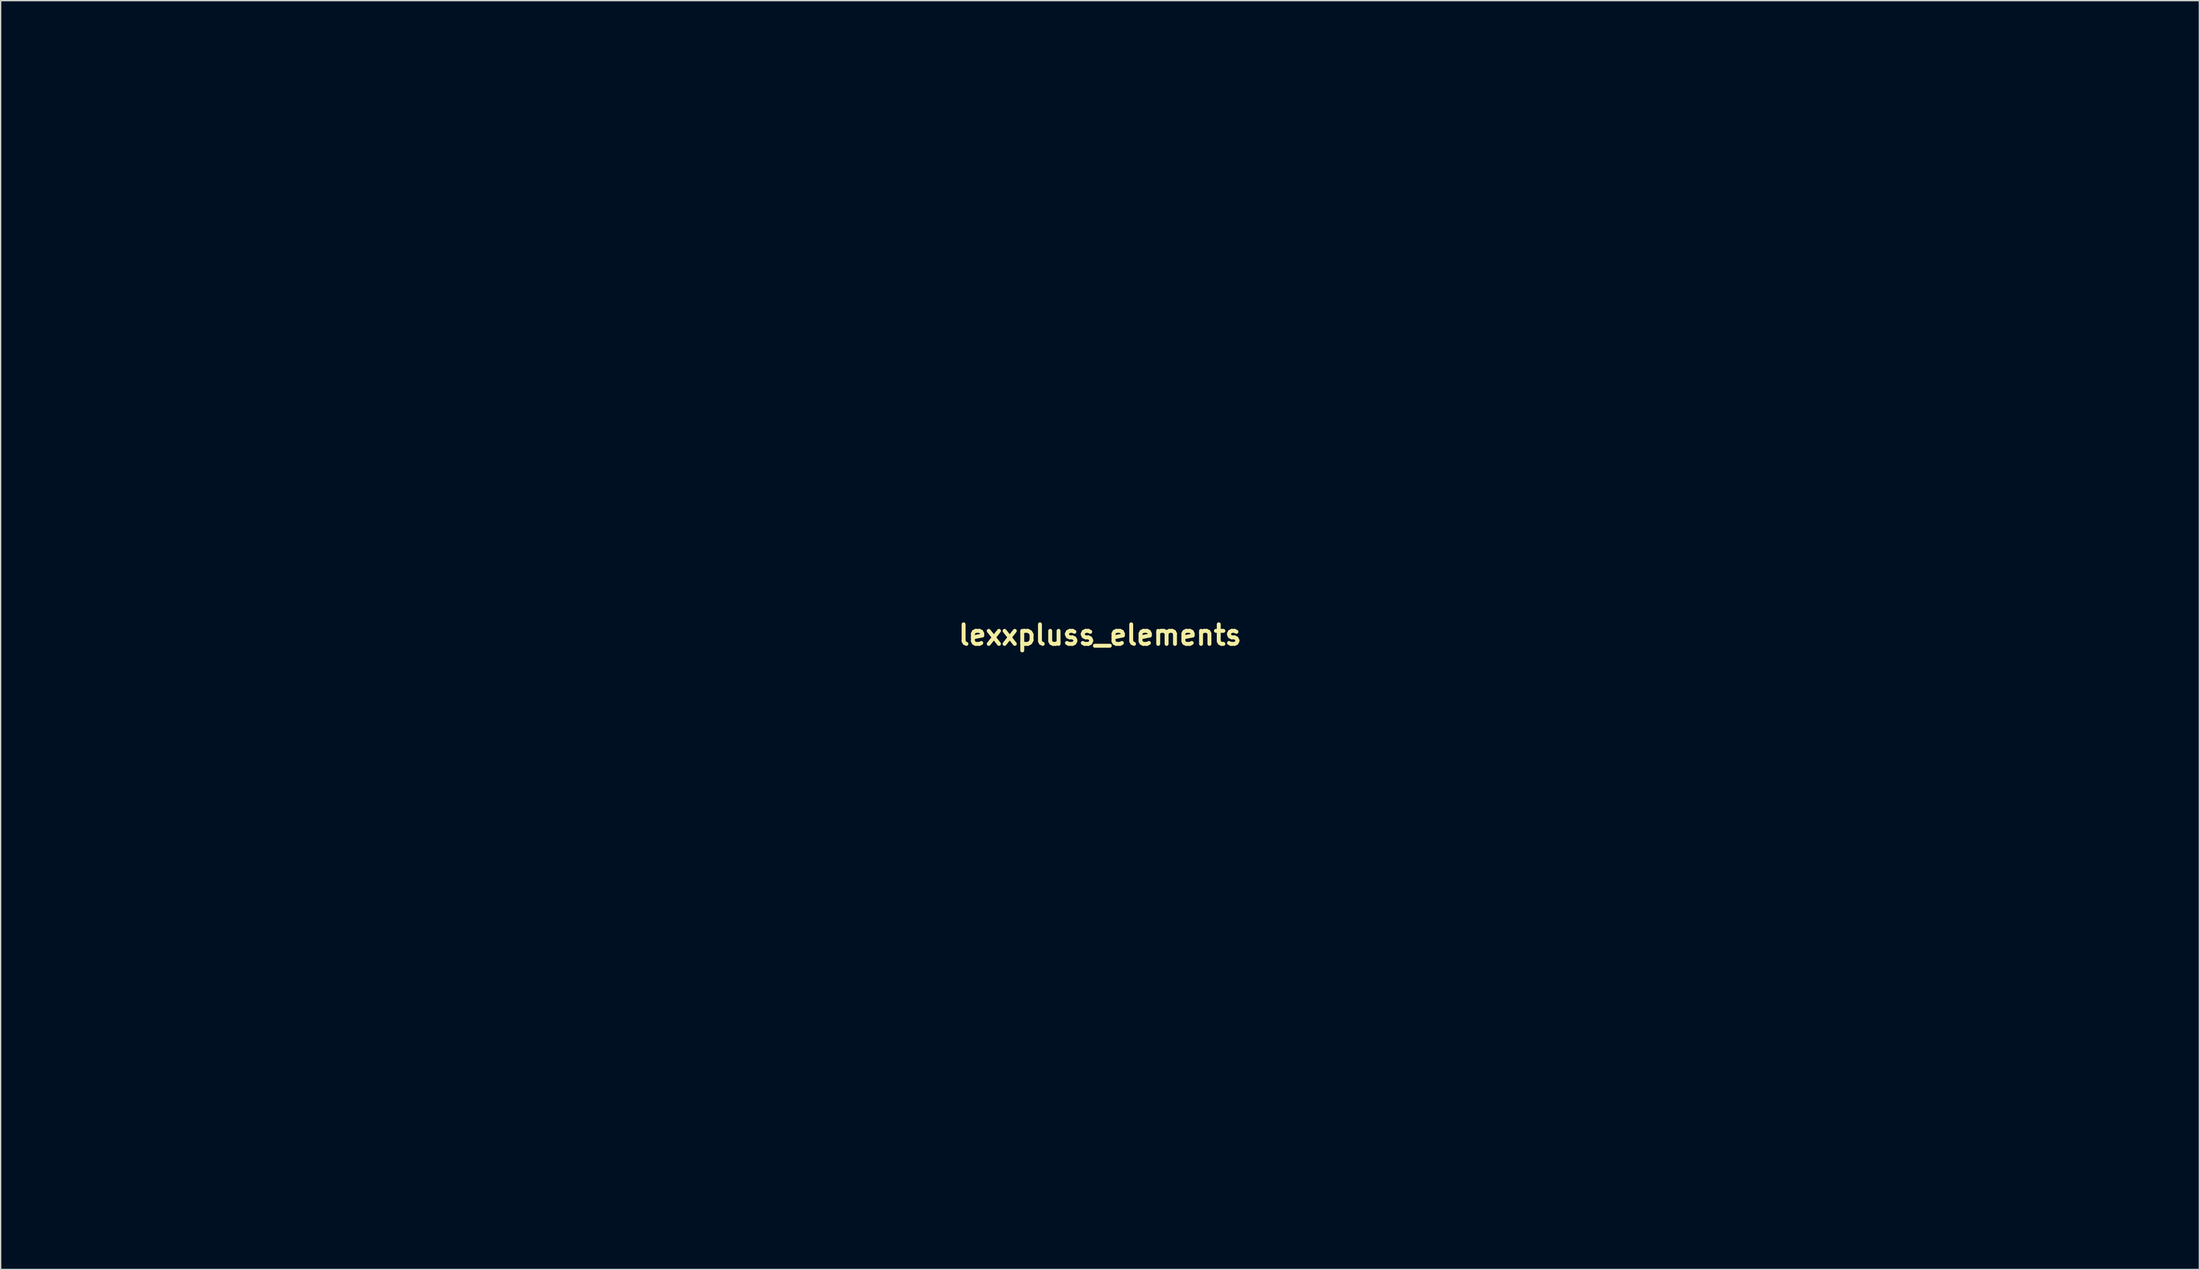
<source format=kicad_pcb>
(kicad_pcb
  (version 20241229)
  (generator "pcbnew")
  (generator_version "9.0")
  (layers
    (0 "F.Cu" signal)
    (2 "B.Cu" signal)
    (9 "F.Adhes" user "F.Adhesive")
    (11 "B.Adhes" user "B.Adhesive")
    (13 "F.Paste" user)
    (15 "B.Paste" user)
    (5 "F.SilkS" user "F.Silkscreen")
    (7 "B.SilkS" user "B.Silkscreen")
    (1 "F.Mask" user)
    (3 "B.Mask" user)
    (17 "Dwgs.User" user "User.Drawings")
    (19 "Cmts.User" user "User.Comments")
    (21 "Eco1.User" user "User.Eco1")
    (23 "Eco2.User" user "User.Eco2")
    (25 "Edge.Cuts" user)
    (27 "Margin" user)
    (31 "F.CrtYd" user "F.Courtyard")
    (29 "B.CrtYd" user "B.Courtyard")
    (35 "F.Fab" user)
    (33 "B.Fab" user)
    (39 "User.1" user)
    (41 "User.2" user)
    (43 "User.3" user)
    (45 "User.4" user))
  (footprint "lexxpluss_elements"
    (layer "F.Cu")
    (at 81.33 45.685)
    (property "Reference" "lexxpluss_elements" (at 0 0 0) (layer "F.SilkS") (effects (font (size 1.5 1.5) (thickness 0.3))))
    (attr board_only exclude_from_pos_files exclude_from_bom)
    (fp_poly (pts (xy -48.902 -45.604) (xy -48.895 -45.551) (xy -48.999 -45.469) (xy -49.022 -45.466) (xy -49.132 -45.527) (xy -49.149 -45.551) (xy -49.122 -45.617) (xy -49.022 -45.635)) (stroke (width 0.1) (type solid)) (fill no) (layer "Eco1.User"))
    (fp_poly (pts (xy -31.593 -45.626) (xy -31.53 -45.57) (xy -31.503 -45.431) (xy -31.496 -45.17) (xy -31.496 -45.092) (xy -31.506 -44.705) (xy -31.543 -44.459) (xy -31.615 -44.327) (xy -31.73 -44.282) (xy -31.759 -44.281) (xy -31.839 -44.297) (xy -31.887 -44.369) (xy -31.911 -44.53) (xy -31.919 -44.815) (xy -31.919 -44.958) (xy -31.917 -45.294) (xy -31.903 -45.495) (xy -31.867 -45.596) (xy -31.797 -45.631) (xy -31.708 -45.635)) (stroke (width 0.1) (type solid)) (fill no) (layer "Eco1.User"))
    (fp_poly (pts (xy -67.903 -44.913) (xy -67.903 -44.19) (xy -66.95 -44.214) (xy -66.526 -44.229) (xy -66.245 -44.25) (xy -66.081 -44.281) (xy -66.009 -44.327) (xy -65.998 -44.365) (xy -66.033 -44.43) (xy -66.157 -44.476) (xy -66.396 -44.509) (xy -66.76 -44.535) (xy -67.522 -44.577) (xy -67.547 -45.106) (xy -67.572 -45.635) (xy -63.165 -45.635) (xy -58.759 -45.635) (xy -58.759 -45.386) (xy -58.686 -45.127) (xy -58.473 -44.957) (xy -58.121 -44.879) (xy -57.973 -44.873) (xy -57.726 -44.858) (xy -57.615 -44.816) (xy -57.616 -44.789) (xy -57.721 -44.745) (xy -57.946 -44.715) (xy -58.219 -44.704) (xy -58.515 -44.7) (xy -58.677 -44.68) (xy -58.742 -44.63) (xy -58.747 -44.538) (xy -58.743 -44.514) (xy -58.714 -44.412) (xy -58.635 -44.352) (xy -58.468 -44.319) (xy -58.175 -44.3) (xy -58.134 -44.298) (xy -57.808 -44.291) (xy -57.599 -44.314) (xy -57.454 -44.376) (xy -57.35 -44.461) (xy -57.182 -44.682) (xy -57.174 -44.903) (xy -57.282 -45.108) (xy -57.393 -45.222) (xy -57.556 -45.279) (xy -57.825 -45.296) (xy -57.874 -45.297) (xy -58.128 -45.311) (xy -58.295 -45.347) (xy -58.335 -45.381) (xy -58.258 -45.427) (xy -58.057 -45.457) (xy -57.832 -45.466) (xy -57.555 -45.479) (xy -57.351 -45.514) (xy -57.277 -45.551) (xy -57.178 -45.573) (xy -56.916 -45.592) (xy -56.495 -45.608) (xy -55.92 -45.62) (xy -55.198 -45.629) (xy -54.333 -45.634) (xy -53.563 -45.635) (xy -49.902 -45.635) (xy -49.631 -45.355) (xy -49.359 -45.076) (xy -49.614 -44.832) (xy -49.775 -44.642) (xy -49.863 -44.471) (xy -49.869 -44.434) (xy -49.81 -44.309) (xy -49.659 -44.286) (xy -49.455 -44.361) (xy -49.259 -44.508) (xy -49.022 -44.736) (xy -48.785 -44.508) (xy -48.567 -44.349) (xy -48.367 -44.284) (xy -48.224 -44.317) (xy -48.175 -44.434) (xy -48.233 -44.587) (xy -48.378 -44.778) (xy -48.43 -44.832) (xy -48.685 -45.076) (xy -48.413 -45.355) (xy -48.142 -45.635) (xy -44.746 -45.635) (xy -41.351 -45.635) (xy -41.081 -45.357) (xy -40.811 -45.079) (xy -41.445 -44.449) (xy -41.737 -44.152) (xy -41.924 -43.937) (xy -42.029 -43.772) (xy -42.073 -43.627) (xy -42.079 -43.53) (xy -42.031 -43.27) (xy -41.931 -43.129) (xy -41.757 -43.031) (xy -41.577 -43.02) (xy -41.368 -43.107) (xy -41.105 -43.301) (xy -40.762 -43.615) (xy -40.715 -43.66) (xy -40.047 -44.31) (xy -39.38 -43.66) (xy -39.015 -43.324) (xy -38.732 -43.112) (xy -38.507 -43.016) (xy -38.319 -43.028) (xy -38.143 -43.139) (xy -38.1 -43.18) (xy -37.979 -43.335) (xy -37.943 -43.495) (xy -38.003 -43.683) (xy -38.169 -43.923) (xy -38.45 -44.238) (xy -38.607 -44.402) (xy -39.284 -45.095) (xy -39.006 -45.365) (xy -38.727 -45.635) (xy -35.789 -45.635) (xy -32.851 -45.635) (xy -32.851 -44.83) (xy -32.849 -44.454) (xy -32.834 -44.203) (xy -32.797 -44.033) (xy -32.725 -43.899) (xy -32.606 -43.757) (xy -32.561 -43.708) (xy -32.386 -43.531) (xy -32.234 -43.436) (xy -32.04 -43.398) (xy -31.758 -43.392) (xy -31.458 -43.401) (xy -31.261 -43.444) (xy -31.101 -43.544) (xy -30.968 -43.668) (xy -30.842 -43.802) (xy -30.76 -43.925) (xy -30.711 -44.079) (xy -30.684 -44.307) (xy -30.668 -44.649) (xy -30.663 -44.79) (xy -30.648 -45.174) (xy -30.629 -45.419) (xy -30.599 -45.558) (xy -30.548 -45.619) (xy -30.468 -45.635) (xy -30.43 -45.635) (xy -30.34 -45.63) (xy -30.281 -45.593) (xy -30.247 -45.496) (xy -30.231 -45.309) (xy -30.225 -45.001) (xy -30.225 -44.725) (xy -30.212 -44.204) (xy -30.172 -43.829) (xy -30.096 -43.58) (xy -29.979 -43.433) (xy -29.814 -43.369) (xy -29.79 -43.366) (xy -29.6 -43.366) (xy -29.465 -43.433) (xy -29.375 -43.587) (xy -29.323 -43.851) (xy -29.299 -44.247) (xy -29.295 -44.625) (xy -29.295 -45.635) (xy -25.361 -45.635) (xy -21.427 -45.635) (xy -21.402 -44.777) (xy -21.386 -44.371) (xy -21.361 -44.102) (xy -21.321 -43.938) (xy -21.26 -43.847) (xy -21.23 -43.824) (xy -21.048 -43.777) (xy -20.934 -43.824) (xy -20.864 -43.896) (xy -20.816 -44.028) (xy -20.786 -44.252) (xy -20.767 -44.601) (xy -20.762 -44.777) (xy -20.737 -45.635) (xy -17.582 -45.635) (xy -14.427 -45.635) (xy -14.152 -45.352) (xy -13.878 -45.069) (xy -14.517 -44.431) (xy -14.853 -44.074) (xy -15.062 -43.798) (xy -15.152 -43.582) (xy -15.131 -43.403) (xy -15.009 -43.243) (xy -15.001 -43.235) (xy -14.81 -43.112) (xy -14.608 -43.093) (xy -14.371 -43.187) (xy -14.076 -43.403) (xy -13.749 -43.702) (xy -13.123 -44.309) (xy -12.497 -43.702) (xy -12.122 -43.364) (xy -11.822 -43.16) (xy -11.581 -43.084) (xy -11.379 -43.128) (xy -11.231 -43.25) (xy -11.124 -43.41) (xy -11.105 -43.578) (xy -11.185 -43.778) (xy -11.212 -43.815) (xy -5.842 -43.815) (xy -5.831 -43.685) (xy -5.783 -43.589) (xy -5.676 -43.52) (xy -5.489 -43.476) (xy -5.2 -43.45) (xy -4.789 -43.437) (xy -4.232 -43.434) (xy -4.149 -43.434) (xy -3.535 -43.439) (xy -3.079 -43.453) (xy -2.77 -43.477) (xy -2.596 -43.513) (xy -2.557 -43.536) (xy -2.472 -43.701) (xy -2.455 -43.815) (xy -2.467 -43.945) (xy -2.515 -44.041) (xy -2.621 -44.11) (xy -2.808 -44.154) (xy -3.097 -44.18) (xy -3.509 -44.193) (xy -4.065 -44.196) (xy -4.149 -44.196) (xy -4.726 -44.193) (xy -5.155 -44.183) (xy -5.458 -44.159) (xy -5.657 -44.117) (xy -5.773 -44.052) (xy -5.827 -43.959) (xy -5.842 -43.834) (xy -5.842 -43.815) (xy -11.212 -43.815) (xy -11.373 -44.035) (xy -11.68 -44.374) (xy -11.726 -44.421) (xy -12.36 -45.078) (xy -12.343 -45.096) (xy -5.842 -45.096) (xy -5.786 -44.89) (xy -5.694 -44.795) (xy -5.559 -44.765) (xy -5.284 -44.739) (xy -4.9 -44.72) (xy -4.436 -44.709) (xy -4.155 -44.707) (xy -3.624 -44.708) (xy -3.236 -44.716) (xy -2.965 -44.732) (xy -2.785 -44.76) (xy -2.671 -44.801) (xy -2.61 -44.844) (xy -2.471 -45.048) (xy -2.501 -45.263) (xy -2.595 -45.396) (xy -2.664 -45.454) (xy -2.765 -45.495) (xy -2.926 -45.523) (xy -3.172 -45.54) (xy -3.531 -45.548) (xy -4.028 -45.551) (xy -4.125 -45.551) (xy -4.632 -45.545) (xy -5.07 -45.531) (xy -5.412 -45.508) (xy -5.627 -45.479) (xy -5.678 -45.463) (xy -5.805 -45.312) (xy -5.842 -45.096) (xy -12.343 -45.096) (xy -12.09 -45.357) (xy -11.82 -45.635) (xy 1.16 -45.635) (xy 14.139 -45.635) (xy 14.139 -45.212) (xy 14.139 -44.789) (xy 13.631 -44.789) (xy 13.348 -44.782) (xy 13.194 -44.755) (xy 13.133 -44.694) (xy 13.123 -44.619) (xy 13.137 -44.535) (xy 13.203 -44.484) (xy 13.353 -44.459) (xy 13.622 -44.451) (xy 13.801 -44.45) (xy 14.478 -44.45) (xy 14.478 -45.043) (xy 14.478 -45.635) (xy 17.907 -45.635) (xy 21.336 -45.635) (xy 21.336 -44.799) (xy 21.344 -44.366) (xy 21.37 -44.078) (xy 21.417 -43.913) (xy 21.453 -43.865) (xy 21.589 -43.822) (xy 21.878 -43.796) (xy 22.323 -43.787) (xy 22.829 -43.792) (xy 23.314 -43.801) (xy 23.656 -43.813) (xy 23.88 -43.83) (xy 24.013 -43.858) (xy 24.08 -43.901) (xy 24.107 -43.963) (xy 24.115 -44.01) (xy 24.12 -44.187) (xy 24.059 -44.311) (xy 23.909 -44.389) (xy 23.647 -44.432) (xy 23.251 -44.449) (xy 23.019 -44.45) (xy 22.098 -44.45) (xy 22.098 -45.043) (xy 22.098 -45.635) (xy 27.305 -45.635) (xy 32.512 -45.635) (xy 32.512 -45) (xy 32.512 -44.365) (xy 31.544 -44.365) (xy 31.015 -44.358) (xy 30.634 -44.331) (xy 30.378 -44.28) (xy 30.225 -44.196) (xy 30.154 -44.075) (xy 30.141 -43.961) (xy 30.175 -43.749) (xy 30.243 -43.62) (xy 30.367 -43.58) (xy 30.624 -43.549) (xy 30.978 -43.528) (xy 31.394 -43.516) (xy 31.835 -43.514) (xy 32.266 -43.521) (xy 32.651 -43.539) (xy 32.954 -43.565) (xy 33.138 -43.602) (xy 33.172 -43.62) (xy 33.225 -43.766) (xy 33.259 -44.076) (xy 33.273 -44.547) (xy 33.274 -44.679) (xy 33.274 -45.635) (xy 36.339 -45.635) (xy 39.404 -45.635) (xy 39.683 -45.365) (xy 39.961 -45.095) (xy 39.285 -44.402) (xy 39.01 -44.106) (xy 38.79 -43.843) (xy 38.649 -43.642) (xy 38.608 -43.544) (xy 38.678 -43.337) (xy 38.85 -43.154) (xy 39.065 -43.045) (xy 39.217 -43.039) (xy 39.356 -43.119) (xy 39.577 -43.293) (xy 39.846 -43.533) (xy 40.043 -43.725) (xy 40.674 -44.362) (xy 41.367 -43.686) (xy 41.721 -43.353) (xy 41.99 -43.14) (xy 42.198 -43.037) (xy 42.366 -43.033) (xy 42.521 -43.119) (xy 42.587 -43.18) (xy 42.716 -43.347) (xy 42.749 -43.519) (xy 42.679 -43.719) (xy 42.495 -43.971) (xy 42.423 -44.048) (xy 48.343 -44.048) (xy 48.362 -43.931) (xy 48.442 -43.853) (xy 48.603 -43.806) (xy 48.871 -43.782) (xy 49.268 -43.774) (xy 49.657 -43.773) (xy 50.137 -43.774) (xy 50.475 -43.779) (xy 50.698 -43.794) (xy 50.833 -43.821) (xy 50.907 -43.864) (xy 50.948 -43.928) (xy 50.962 -43.963) (xy 50.988 -44.186) (xy 50.955 -44.304) (xy 50.909 -44.363) (xy 50.827 -44.403) (xy 50.68 -44.427) (xy 50.442 -44.438) (xy 50.086 -44.438) (xy 49.632 -44.431) (xy 49.15 -44.421) (xy 48.811 -44.41) (xy 48.589 -44.392) (xy 48.459 -44.364) (xy 48.393 -44.32) (xy 48.367 -44.257) (xy 48.359 -44.211) (xy 48.343 -44.048) (xy 42.423 -44.048) (xy 42.188 -44.299) (xy 42.122 -44.365) (xy 41.86 -44.633) (xy 41.651 -44.86) (xy 41.519 -45.02) (xy 41.495 -45.063) (xy 48.343 -45.063) (xy 48.363 -44.946) (xy 48.442 -44.868) (xy 48.605 -44.822) (xy 48.873 -44.798) (xy 49.271 -44.79) (xy 49.651 -44.789) (xy 50.133 -44.79) (xy 50.473 -44.797) (xy 50.698 -44.813) (xy 50.837 -44.842) (xy 50.917 -44.887) (xy 50.965 -44.951) (xy 50.969 -44.958) (xy 51.014 -45.173) (xy 50.968 -45.299) (xy 50.923 -45.365) (xy 50.852 -45.411) (xy 50.729 -45.44) (xy 50.525 -45.453) (xy 50.214 -45.456) (xy 49.768 -45.45) (xy 49.632 -45.447) (xy 49.15 -45.437) (xy 48.811 -45.426) (xy 48.589 -45.408) (xy 48.459 -45.38) (xy 48.393 -45.336) (xy 48.367 -45.273) (xy 48.359 -45.227) (xy 48.343 -45.063) (xy 41.495 -45.063) (xy 41.487 -45.078) (xy 41.541 -45.187) (xy 41.674 -45.355) (xy 41.714 -45.398) (xy 41.942 -45.635) (xy 49.906 -45.635) (xy 57.871 -45.635) (xy 57.84 -44.951) (xy 57.826 -44.613) (xy 57.83 -44.412) (xy 57.858 -44.314) (xy 57.92 -44.287) (xy 58.009 -44.295) (xy 58.125 -44.33) (xy 58.19 -44.422) (xy 58.223 -44.614) (xy 58.235 -44.786) (xy 58.276 -45.14) (xy 58.36 -45.352) (xy 58.504 -45.451) (xy 58.632 -45.466) (xy 58.82 -45.426) (xy 58.94 -45.288) (xy 59.007 -45.026) (xy 59.029 -44.786) (xy 59.052 -44.517) (xy 59.096 -44.373) (xy 59.18 -44.31) (xy 59.255 -44.295) (xy 59.353 -44.287) (xy 59.41 -44.321) (xy 59.435 -44.43) (xy 59.436 -44.645) (xy 59.423 -44.951) (xy 59.392 -45.635) (xy 62.505 -45.635) (xy 65.617 -45.635) (xy 65.617 -44.596) (xy 65.615 -44.14) (xy 65.625 -43.793) (xy 65.665 -43.542) (xy 65.757 -43.37) (xy 65.921 -43.263) (xy 66.178 -43.206) (xy 66.547 -43.183) (xy 67.049 -43.179) (xy 67.532 -43.18) (xy 68.11 -43.185) (xy 68.604 -43.197) (xy 68.992 -43.217) (xy 69.25 -43.244) (xy 69.348 -43.268) (xy 69.464 -43.413) (xy 69.513 -43.641) (xy 69.487 -43.873) (xy 69.41 -44.01) (xy 69.293 -44.054) (xy 69.037 -44.085) (xy 68.634 -44.104) (xy 68.072 -44.111) (xy 67.97 -44.111) (xy 66.633 -44.111) (xy 66.633 -44.873) (xy 66.633 -45.635) (xy 70.976 -45.635) (xy 75.32 -45.635) (xy 75.587 -45.36) (xy 75.853 -45.085) (xy 75.264 -44.463) (xy 75.016 -44.189) (xy 74.819 -43.95) (xy 74.7 -43.778) (xy 74.676 -43.717) (xy 74.742 -43.454) (xy 74.934 -43.302) (xy 75.164 -43.265) (xy 75.329 -43.28) (xy 75.482 -43.339) (xy 75.661 -43.468) (xy 75.9 -43.687) (xy 76.042 -43.826) (xy 76.608 -44.388) (xy 77.153 -43.826) (xy 77.428 -43.553) (xy 77.627 -43.384) (xy 77.786 -43.296) (xy 77.94 -43.266) (xy 77.991 -43.265) (xy 78.219 -43.293) (xy 78.378 -43.36) (xy 78.384 -43.366) (xy 78.482 -43.527) (xy 78.471 -43.721) (xy 78.342 -43.966) (xy 78.087 -44.28) (xy 77.894 -44.486) (xy 77.303 -45.096) (xy 77.581 -45.366) (xy 77.859 -45.635) (xy 79.57 -45.635) (xy 81.28 -45.635) (xy 81.28 0) (xy 81.28 45.635) (xy 33.613 45.635) (xy -14.055 45.635) (xy -14.055 44.662) (xy -14.055 43.688) (xy -12.931 43.688) (xy -12.436 43.683) (xy -12.082 43.668) (xy -11.841 43.639) (xy -11.684 43.593) (xy -11.618 43.556) (xy -11.459 43.37) (xy -11.448 43.162) (xy -11.532 43.028) (xy -11.654 42.989) (xy -11.911 42.958) (xy -12.269 42.937) (xy -12.693 42.924) (xy -13.15 42.92) (xy -13.604 42.925) (xy -14.023 42.939) (xy -14.371 42.961) (xy -14.614 42.993) (xy -14.715 43.028) (xy -14.761 43.15) (xy -14.793 43.417) (xy -14.811 43.836) (xy -14.817 44.382) (xy -14.817 45.635) (xy -48.048 45.635) (xy -81.28 45.635) (xy -81.28 44.577) (xy -67.388 44.577) (xy -67.338 44.79) (xy -67.265 44.906) (xy -67.098 45) (xy -66.965 44.943) (xy -66.893 44.752) (xy -66.887 44.653) (xy -66.865 44.46) (xy -66.811 44.367) (xy -66.802 44.365) (xy -66.746 44.44) (xy -66.718 44.623) (xy -66.717 44.662) (xy -66.695 44.858) (xy -66.64 44.955) (xy -66.628 44.958) (xy -66.575 44.881) (xy -66.56 44.678) (xy -66.563 44.625) (xy -40.893 44.625) (xy -40.887 44.927) (xy -40.87 45.175) (xy -40.842 45.316) (xy -40.835 45.328) (xy -40.729 45.352) (xy -40.495 45.365) (xy -40.176 45.367) (xy -40.009 45.363) (xy -39.634 45.346) (xy -39.4 45.319) (xy -39.279 45.278) (xy -39.243 45.215) (xy -39.243 45.212) (xy -39.279 45.144) (xy -39.408 45.1) (xy -39.658 45.072) (xy -39.899 45.06) (xy -40.555 45.036) (xy -40.555 44.404) (xy -40.563 44.064) (xy -40.59 43.865) (xy -40.641 43.781) (xy -40.673 43.773) (xy -40.802 43.841) (xy -40.843 43.907) (xy -40.871 44.063) (xy -40.888 44.32) (xy -40.893 44.625) (xy -66.563 44.625) (xy -66.564 44.599) (xy -66.603 44.353) (xy -66.684 44.234) (xy -66.75 44.21) (xy -66.927 44.245) (xy -67.031 44.426) (xy -67.055 44.645) (xy -67.08 44.802) (xy -67.141 44.831) (xy -67.198 44.719) (xy -67.225 44.513) (xy -67.225 44.482) (xy -67.246 44.292) (xy -67.299 44.234) (xy -67.31 44.238) (xy -67.381 44.368) (xy -67.388 44.577) (xy -81.28 44.577) (xy -81.28 34.726) (xy -68.059 34.726) (xy -67.981 34.946) (xy -67.761 35.234) (xy -67.728 35.269) (xy -67.545 35.46) (xy -67.452 35.598) (xy -67.454 35.727) (xy -67.556 35.887) (xy -67.763 36.121) (xy -67.846 36.211) (xy -68.005 36.437) (xy -68.039 36.618) (xy -67.948 36.726) (xy -67.838 36.745) (xy -67.696 36.688) (xy -67.495 36.54) (xy -67.352 36.407) (xy -67.155 36.22) (xy -66.995 36.097) (xy -66.929 36.068) (xy -66.823 36.124) (xy -66.647 36.27) (xy -66.506 36.407) (xy -66.22 36.652) (xy -66.004 36.754) (xy -65.874 36.73) (xy -65.847 36.598) (xy -65.938 36.375) (xy -66.164 36.08) (xy -66.183 36.06) (xy -66.577 35.638) (xy -66.179 35.233) (xy -65.942 34.967) (xy -22.775 34.967) (xy -22.775 35.588) (xy -22.768 35.898) (xy -22.748 36.139) (xy -22.721 36.263) (xy -22.717 36.267) (xy -22.604 36.311) (xy -22.52 36.193) (xy -22.467 35.919) (xy -22.461 35.848) (xy 3.402 35.848) (xy 3.43 36.245) (xy 3.494 36.53) (xy 3.601 36.731) (xy 3.756 36.876) (xy 4.026 36.981) (xy 4.351 36.995) (xy 4.656 36.921) (xy 4.815 36.822) (xy 4.98 36.631) (xy 5.086 36.402) (xy 5.143 36.094) (xy 5.164 35.668) (xy 5.165 35.549) (xy 5.167 35.213) (xy 5.181 35.014) (xy 5.216 34.917) (xy 5.282 34.891) (xy 5.355 34.898) (xy 5.436 34.918) (xy 5.492 34.97) (xy 5.529 35.082) (xy 5.554 35.285) (xy 5.573 35.606) (xy 5.588 35.941) (xy 5.607 36.369) (xy 5.627 36.657) (xy 5.653 36.834) (xy 5.695 36.929) (xy 5.757 36.97) (xy 5.837 36.986) (xy 6.012 36.979) (xy 6.135 36.885) (xy 6.213 36.684) (xy 6.253 36.356) (xy 6.257 36.214) (xy 12.783 36.214) (xy 12.806 36.435) (xy 12.841 36.52) (xy 12.966 36.568) (xy 13.053 36.576) (xy 13.146 36.549) (xy 13.195 36.441) (xy 13.214 36.214) (xy 13.216 36.132) (xy 13.242 35.717) (xy 13.307 35.436) (xy 13.426 35.254) (xy 13.581 35.149) (xy 13.767 35.081) (xy 13.914 35.113) (xy 14.043 35.199) (xy 14.166 35.312) (xy 14.24 35.455) (xy 14.284 35.678) (xy 14.309 35.95) (xy 14.337 36.261) (xy 14.375 36.442) (xy 14.437 36.529) (xy 14.529 36.559) (xy 14.634 36.555) (xy 14.696 36.479) (xy 14.735 36.295) (xy 14.756 36.116) (xy 14.757 35.584) (xy 14.642 35.165) (xy 14.413 34.865) (xy 14.074 34.689) (xy 13.907 34.655) (xy 13.515 34.675) (xy 13.174 34.832) (xy 12.929 35.105) (xy 12.913 35.134) (xy 12.853 35.326) (xy 12.81 35.606) (xy 12.786 35.919) (xy 12.783 36.214) (xy 6.257 36.214) (xy 6.265 35.88) (xy 6.265 35.88) (xy 6.246 35.324) (xy 6.183 34.908) (xy 6.07 34.607) (xy 5.899 34.396) (xy 5.832 34.343) (xy 5.529 34.224) (xy 5.193 34.232) (xy 4.879 34.353) (xy 4.642 34.574) (xy 4.588 34.669) (xy 4.539 34.86) (xy 4.503 35.16) (xy 4.488 35.508) (xy 4.487 35.554) (xy 4.477 35.93) (xy 4.443 36.169) (xy 4.379 36.304) (xy 4.357 36.325) (xy 4.247 36.387) (xy 4.166 36.351) (xy 4.11 36.201) (xy 4.073 35.92) (xy 4.051 35.492) (xy 4.046 35.314) (xy 4.031 34.884) (xy 4.01 34.592) (xy 3.976 34.409) (xy 3.926 34.304) (xy 3.873 34.257) (xy 3.691 34.209) (xy 3.577 34.257) (xy 3.511 34.324) (xy 3.465 34.445) (xy 3.435 34.652) (xy 3.415 34.974) (xy 3.405 35.312) (xy 3.402 35.848) (xy -22.461 35.848) (xy -22.454 35.744) (xy -22.429 35.221) (xy -21.925 35.221) (xy -21.631 35.211) (xy -21.474 35.176) (xy -21.421 35.108) (xy -21.421 35.094) (xy -21.453 35.029) (xy -21.568 34.99) (xy -21.798 34.971) (xy -22.098 34.967) (xy -22.775 34.967) (xy -65.942 34.967) (xy -65.94 34.965) (xy -65.834 34.778) (xy -65.834 34.686) (xy -65.953 34.561) (xy -66.147 34.573) (xy -66.402 34.72) (xy -66.608 34.9) (xy -66.971 35.257) (xy -67.343 34.892) (xy -67.637 34.655) (xy -67.868 34.561) (xy -68.015 34.591) (xy -68.059 34.726) (xy -81.28 34.726) (xy -81.28 34.168) (xy 20.953 34.168) (xy 20.973 34.313) (xy 21.075 34.492) (xy 21.275 34.728) (xy 21.587 35.048) (xy 21.617 35.079) (xy 22.205 35.661) (xy 21.601 36.269) (xy 21.287 36.601) (xy 21.093 36.849) (xy 21.005 37.031) (xy 20.997 37.093) (xy 21.026 37.309) (xy 21.142 37.405) (xy 21.327 37.423) (xy 21.485 37.377) (xy 21.7 37.232) (xy 21.993 36.973) (xy 22.16 36.811) (xy 22.775 36.199) (xy 23.391 36.811) (xy 23.737 37.135) (xy 24 37.333) (xy 24.202 37.414) (xy 24.363 37.389) (xy 24.452 37.321) (xy 24.537 37.183) (xy 24.526 37.017) (xy 24.408 36.801) (xy 24.175 36.514) (xy 23.944 36.268) (xy 23.853 36.174) (xy 57.941 36.174) (xy 57.956 36.24) (xy 58.068 36.284) (xy 58.315 36.306) (xy 58.66 36.304) (xy 59.309 36.28) (xy 59.309 35.623) (xy 59.295 35.261) (xy 59.261 35.044) (xy 59.213 34.976) (xy 59.162 35.063) (xy 59.116 35.311) (xy 59.097 35.495) (xy 59.055 36.026) (xy 58.589 36.049) (xy 58.231 36.076) (xy 58.022 36.115) (xy 57.941 36.174) (xy 23.853 36.174) (xy 23.335 35.64) (xy 23.713 35.259) (xy 30.819 35.259) (xy 30.831 35.434) (xy 30.881 35.566) (xy 30.992 35.665) (xy 31.185 35.738) (xy 31.481 35.793) (xy 31.902 35.839) (xy 32.471 35.883) (xy 32.494 35.885) (xy 32.629 35.876) (xy 32.627 35.791) (xy 32.594 35.725) (xy 32.421 35.542) (xy 32.126 35.433) (xy 31.693 35.391) (xy 31.611 35.391) (xy 31.343 35.383) (xy 31.208 35.353) (xy 31.169 35.287) (xy 31.173 35.242) (xy 31.214 35.167) (xy 31.325 35.116) (xy 31.537 35.081) (xy 31.884 35.054) (xy 31.919 35.052) (xy 32.278 35.025) (xy 32.501 34.991) (xy 32.618 34.942) (xy 32.664 34.869) (xy 32.666 34.861) (xy 32.662 34.792) (xy 32.602 34.749) (xy 32.453 34.725) (xy 32.188 34.715) (xy 31.889 34.713) (xy 31.441 34.725) (xy 31.136 34.767) (xy 30.947 34.853) (xy 30.851 34.997) (xy 30.819 35.211) (xy 30.819 35.259) (xy 23.713 35.259) (xy 23.944 35.026) (xy 24.267 34.681) (xy 24.465 34.418) (xy 24.545 34.216) (xy 24.518 34.056) (xy 24.452 33.968) (xy 24.308 33.88) (xy 24.135 33.892) (xy 23.913 34.015) (xy 23.621 34.257) (xy 23.391 34.478) (xy 22.775 35.09) (xy 22.16 34.478) (xy 21.783 34.133) (xy 21.487 33.926) (xy 21.26 33.854) (xy 21.091 33.912) (xy 21.001 34.03) (xy 20.953 34.168) (xy -81.28 34.168) (xy -81.28 28.189) (xy -32.863 28.189) (xy -32.804 28.36) (xy -32.703 28.441) (xy -32.569 28.513) (xy -32.474 28.513) (xy -32.325 28.439) (xy -32.321 28.436) (xy -32.178 28.332) (xy -31.961 28.141) (xy -31.711 27.901) (xy -31.654 27.844) (xy -31.415 27.613) (xy -31.21 27.44) (xy -31.075 27.352) (xy -31.054 27.347) (xy -30.946 27.404) (xy -30.757 27.557) (xy -30.522 27.775) (xy -30.435 27.861) (xy -30.124 28.17) (xy -29.899 28.368) (xy -29.734 28.471) (xy -29.602 28.494) (xy -29.477 28.455) (xy -29.464 28.448) (xy -29.313 28.313) (xy -29.288 28.13) (xy -29.395 27.887) (xy -29.636 27.573) (xy -29.905 27.287) (xy -30.515 26.673) (xy -30.112 26.279) (xy -23.266 26.279) (xy -23.124 26.588) (xy -23.079 26.644) (xy -22.957 26.767) (xy -22.82 26.843) (xy -22.62 26.888) (xy -22.309 26.918) (xy -22.212 26.924) (xy -21.867 26.953) (xy -21.658 26.991) (xy -21.553 27.047) (xy -21.522 27.111) (xy -21.527 27.179) (xy -21.594 27.224) (xy -21.752 27.253) (xy -22.029 27.271) (xy -22.316 27.281) (xy -22.718 27.298) (xy -22.981 27.327) (xy -23.139 27.371) (xy -23.222 27.438) (xy -23.227 27.446) (xy -23.265 27.61) (xy -23.199 27.728) (xy -23.12 27.793) (xy -22.99 27.832) (xy -22.778 27.849) (xy -22.448 27.848) (xy -22.201 27.841) (xy -21.804 27.826) (xy -21.538 27.805) (xy -21.366 27.769) (xy -21.249 27.708) (xy -21.151 27.614) (xy -21.117 27.575) (xy -20.945 27.266) (xy -20.939 26.944) (xy -20.949 26.924) (xy 4.445 26.924) (xy 4.487 26.976) (xy 4.676 27.005) (xy 4.826 27.009) (xy 5.083 26.994) (xy 5.205 26.954) (xy 5.207 26.924) (xy 5.096 26.87) (xy 4.886 26.841) (xy 4.826 26.839) (xy 4.602 26.859) (xy 4.46 26.909) (xy 4.445 26.924) (xy -20.949 26.924) (xy -21.092 26.646) (xy 4.442 26.646) (xy 4.445 26.67) (xy 4.556 26.724) (xy 4.767 26.753) (xy 4.831 26.755) (xy 5.041 26.736) (xy 5.157 26.688) (xy 5.165 26.67) (xy 5.089 26.62) (xy 5.015 26.608) (xy 21.505 26.608) (xy 21.513 27.158) (xy 21.536 27.545) (xy 21.575 27.774) (xy 21.607 27.838) (xy 21.75 27.89) (xy 22.059 27.923) (xy 22.535 27.939) (xy 22.744 27.94) (xy 23.205 27.936) (xy 23.526 27.92) (xy 23.736 27.891) (xy 23.864 27.844) (xy 23.912 27.807) (xy 24.02 27.689) (xy 24.034 27.597) (xy 23.994 27.481) (xy 23.943 27.421) (xy 23.828 27.381) (xy 23.618 27.358) (xy 23.285 27.349) (xy 23.023 27.347) (xy 22.104 27.347) (xy 22.085 26.659) (xy 38.693 26.659) (xy 38.696 27.32) (xy 38.707 27.824) (xy 38.726 28.182) (xy 38.754 28.408) (xy 38.792 28.513) (xy 38.794 28.516) (xy 38.892 28.553) (xy 39.11 28.582) (xy 39.458 28.601) (xy 39.95 28.613) (xy 40.598 28.617) (xy 40.682 28.617) (xy 41.349 28.614) (xy 41.858 28.603) (xy 42.222 28.584) (xy 42.454 28.557) (xy 42.565 28.521) (xy 42.57 28.516) (xy 42.666 28.315) (xy 42.651 28.071) (xy 42.535 27.861) (xy 42.484 27.818) (xy 42.376 27.765) (xy 42.21 27.728) (xy 41.958 27.704) (xy 41.596 27.691) (xy 41.096 27.686) (xy 40.96 27.686) (xy 39.624 27.686) (xy 39.624 26.35) (xy 39.618 25.762) (xy 39.603 25.452) (xy 48.196 25.452) (xy 48.201 25.588) (xy 48.303 25.769) (xy 48.516 26.022) (xy 48.651 26.165) (xy 49.126 26.663) (xy 48.855 27.005) (xy 48.688 27.2) (xy 48.555 27.324) (xy 48.509 27.347) (xy 48.39 27.42) (xy 48.28 27.591) (xy 48.214 27.793) (xy 48.216 27.936) (xy 48.332 28.096) (xy 48.524 28.113) (xy 48.785 27.99) (xy 49.103 27.73) (xy 49.192 27.643) (xy 49.652 27.178) (xy 50.129 27.65) (xy 50.391 27.897) (xy 50.579 28.037) (xy 50.731 28.094) (xy 50.852 28.095) (xy 51.045 28.032) (xy 51.123 27.879) (xy 51.125 27.865) (xy 51.106 27.722) (xy 50.999 27.541) (xy 50.785 27.294) (xy 50.662 27.167) (xy 50.17 26.67) (xy 50.662 26.173) (xy 50.676 26.158) (xy 75.186 26.158) (xy 75.197 26.614) (xy 75.216 27.032) (xy 75.244 27.317) (xy 75.288 27.506) (xy 75.354 27.636) (xy 75.396 27.687) (xy 75.706 27.932) (xy 76.044 28.012) (xy 76.402 27.924) (xy 76.44 27.905) (xy 76.634 27.769) (xy 76.765 27.576) (xy 76.846 27.294) (xy 76.888 26.89) (xy 76.898 26.67) (xy 76.912 26.32) (xy 76.934 26.106) (xy 76.973 25.995) (xy 77.037 25.954) (xy 77.089 25.95) (xy 77.164 25.962) (xy 77.214 26.017) (xy 77.246 26.144) (xy 77.265 26.372) (xy 77.279 26.732) (xy 77.283 26.877) (xy 77.304 27.356) (xy 77.343 27.689) (xy 77.406 27.897) (xy 77.498 28.001) (xy 77.601 28.025) (xy 77.762 27.986) (xy 77.872 27.857) (xy 77.94 27.616) (xy 77.973 27.242) (xy 77.978 26.915) (xy 77.959 26.34) (xy 77.893 25.912) (xy 77.773 25.613) (xy 77.585 25.427) (xy 77.322 25.334) (xy 77.068 25.315) (xy 76.777 25.36) (xy 76.544 25.521) (xy 76.516 25.549) (xy 76.407 25.678) (xy 76.338 25.817) (xy 76.298 26.01) (xy 76.276 26.302) (xy 76.267 26.544) (xy 76.253 26.906) (xy 76.231 27.132) (xy 76.195 27.257) (xy 76.133 27.313) (xy 76.052 27.332) (xy 75.967 27.338) (xy 75.912 27.306) (xy 75.88 27.207) (xy 75.866 27.012) (xy 75.862 26.693) (xy 75.861 26.471) (xy 75.857 26.088) (xy 75.844 25.761) (xy 75.825 25.53) (xy 75.81 25.449) (xy 75.689 25.346) (xy 75.515 25.315) (xy 75.377 25.333) (xy 75.281 25.402) (xy 75.221 25.547) (xy 75.192 25.791) (xy 75.186 26.158) (xy 50.676 26.158) (xy 50.925 25.891) (xy 51.074 25.687) (xy 51.127 25.531) (xy 51.125 25.475) (xy 51.042 25.305) (xy 50.882 25.248) (xy 50.734 25.267) (xy 50.553 25.37) (xy 50.309 25.576) (xy 50.176 25.704) (xy 49.684 26.184) (xy 49.202 25.707) (xy 48.879 25.417) (xy 48.626 25.265) (xy 48.427 25.243) (xy 48.277 25.332) (xy 48.196 25.452) (xy 39.603 25.452) (xy 39.597 25.323) (xy 39.555 25.011) (xy 39.487 24.808) (xy 39.387 24.692) (xy 39.25 24.644) (xy 39.16 24.638) (xy 39.013 24.647) (xy 38.9 24.687) (xy 38.817 24.779) (xy 38.76 24.942) (xy 38.724 25.195) (xy 38.703 25.56) (xy 38.694 26.055) (xy 38.693 26.659) (xy 22.085 26.659) (xy 22.08 26.446) (xy 22.057 25.977) (xy 22.012 25.657) (xy 21.938 25.47) (xy 21.827 25.396) (xy 21.671 25.417) (xy 21.644 25.426) (xy 21.587 25.47) (xy 21.548 25.566) (xy 21.523 25.743) (xy 21.51 26.026) (xy 21.506 26.444) (xy 21.505 26.608) (xy 5.015 26.608) (xy 4.897 26.589) (xy 4.779 26.585) (xy 4.543 26.601) (xy 4.442 26.646) (xy -21.092 26.646) (xy -21.098 26.633) (xy -21.116 26.612) (xy -21.233 26.493) (xy -21.362 26.419) (xy -21.548 26.377) (xy -21.838 26.353) (xy -22.01 26.344) (xy -22.228 26.331) (xy 4.445 26.331) (xy 4.485 26.385) (xy 4.669 26.413) (xy 4.779 26.416) (xy 5.008 26.399) (xy 5.146 26.357) (xy 5.165 26.331) (xy 5.09 26.278) (xy 4.902 26.249) (xy 4.831 26.247) (xy 4.606 26.266) (xy 4.461 26.315) (xy 4.445 26.331) (xy -22.228 26.331) (xy -22.354 26.324) (xy -22.559 26.296) (xy -22.656 26.252) (xy -22.675 26.185) (xy -22.673 26.174) (xy -22.632 26.108) (xy -22.521 26.061) (xy -22.31 26.027) (xy -21.969 26.002) (xy -21.801 25.993) (xy -21.417 25.972) (xy -21.171 25.95) (xy -21.033 25.917) (xy -20.972 25.864) (xy -20.956 25.782) (xy -20.955 25.739) (xy -20.955 25.527) (xy -21.909 25.503) (xy -22.324 25.494) (xy -22.607 25.497) (xy -22.792 25.518) (xy -22.916 25.561) (xy -23.014 25.633) (xy -23.073 25.69) (xy -23.249 25.97) (xy -23.266 26.279) (xy -30.112 26.279) (xy -29.9 26.072) (xy -29.616 25.789) (xy -29.438 25.587) (xy -29.342 25.436) (xy -29.308 25.305) (xy -29.311 25.203) (xy -29.356 25.009) (xy -29.473 24.926) (xy -29.582 24.906) (xy -29.713 24.911) (xy -29.852 24.968) (xy -30.029 25.1) (xy -30.274 25.325) (xy -30.45 25.497) (xy -31.073 26.115) (xy -31.688 25.504) (xy -32.079 25.15) (xy -32.392 24.942) (xy -32.625 24.88) (xy -32.777 24.963) (xy -32.846 25.193) (xy -32.851 25.299) (xy -32.794 25.415) (xy -32.64 25.616) (xy -32.417 25.869) (xy -32.239 26.054) (xy -31.627 26.67) (xy -32.239 27.286) (xy -32.585 27.663) (xy -32.792 27.96) (xy -32.863 28.189) (xy -81.28 28.189) (xy -81.28 18.246) (xy -76.747 18.246) (xy -76.741 18.363) (xy -76.69 18.436) (xy -76.578 18.495) (xy -76.351 18.525) (xy -75.984 18.527) (xy -75.87 18.524) (xy -75.517 18.509) (xy -75.3 18.486) (xy -75.188 18.448) (xy -75.146 18.384) (xy -75.142 18.33) (xy -75.156 18.249) (xy -75.22 18.197) (xy -75.366 18.165) (xy -75.626 18.147) (xy -75.897 18.136) (xy -76.334 18.136) (xy -76.615 18.171) (xy -76.747 18.246) (xy -81.28 18.246) (xy -81.28 17.69) (xy -76.773 17.69) (xy -76.726 17.778) (xy -76.549 17.833) (xy -76.228 17.859) (xy -75.899 17.865) (xy -75.525 17.862) (xy -75.29 17.849) (xy -75.162 17.82) (xy -75.108 17.768) (xy -75.099 17.704) (xy -75.118 17.622) (xy -59.69 17.622) (xy -59.685 18.119) (xy -59.669 18.55) (xy -59.646 18.885) (xy -59.617 19.095) (xy -59.602 19.14) (xy -59.56 19.199) (xy -59.49 19.242) (xy -59.367 19.271) (xy -59.167 19.289) (xy -58.865 19.299) (xy -58.437 19.303) (xy -58.011 19.304) (xy -57.394 19.299) (xy -56.936 19.285) (xy -56.624 19.261) (xy -56.447 19.226) (xy -56.405 19.202) (xy -56.309 19.006) (xy -56.376 18.784) (xy -56.443 18.697) (xy -56.52 18.633) (xy -56.635 18.589) (xy -56.816 18.562) (xy -57.096 18.548) (xy -57.502 18.542) (xy -57.713 18.542) (xy -58.843 18.542) (xy -58.843 17.759) (xy -14.74 17.759) (xy -14.734 18.19) (xy -14.718 18.578) (xy -14.69 18.886) (xy -14.652 19.078) (xy -14.63 19.118) (xy -14.43 19.22) (xy -14.22 19.187) (xy -14.066 19.033) (xy -14.053 19.002) (xy -14.02 18.833) (xy -13.993 18.538) (xy -13.99 18.462) (xy 12.805 18.462) (xy 12.872 18.554) (xy 13.084 18.607) (xy 13.451 18.626) (xy 13.518 18.627) (xy 13.849 18.622) (xy 13.918 18.614) (xy 30.435 18.614) (xy 30.46 18.753) (xy 30.489 18.813) (xy 30.539 18.875) (xy 30.63 18.918) (xy 30.791 18.945) (xy 31.049 18.959) (xy 31.432 18.965) (xy 31.7 18.965) (xy 32.195 18.961) (xy 32.543 18.946) (xy 32.769 18.918) (xy 32.895 18.875) (xy 32.927 18.848) (xy 32.973 18.702) (xy 32.999 18.397) (xy 33.006 17.929) (xy 33.001 17.599) (xy 32.991 17.143) (xy 32.987 17.04) (xy 57.827 17.04) (xy 57.882 17.155) (xy 58.02 17.332) (xy 58.098 17.416) (xy 58.369 17.695) (xy 58.098 17.975) (xy 57.921 18.195) (xy 57.835 18.385) (xy 57.848 18.51) (xy 57.93 18.542) (xy 58.045 18.487) (xy 58.226 18.346) (xy 58.336 18.245) (xy 58.64 17.948) (xy 58.928 18.245) (xy 59.116 18.419) (xy 59.27 18.526) (xy 59.319 18.542) (xy 59.441 18.491) (xy 59.437 18.353) (xy 59.313 18.146) (xy 59.271 18.098) (xy 67.077 18.098) (xy 67.121 18.169) (xy 67.279 18.204) (xy 67.501 18.205) (xy 67.735 18.173) (xy 67.93 18.11) (xy 68.002 18.063) (xy 68.128 17.849) (xy 68.145 17.586) (xy 68.052 17.353) (xy 68.024 17.321) (xy 67.822 17.19) (xy 67.571 17.119) (xy 67.325 17.112) (xy 67.14 17.171) (xy 67.077 17.251) (xy 67.117 17.325) (xy 67.31 17.356) (xy 67.377 17.357) (xy 67.678 17.404) (xy 67.854 17.539) (xy 67.889 17.747) (xy 67.888 17.755) (xy 67.811 17.865) (xy 67.61 17.932) (xy 67.485 17.949) (xy 67.251 17.997) (xy 67.101 18.067) (xy 67.077 18.098) (xy 59.271 18.098) (xy 59.197 18.013) (xy 58.894 17.695) (xy 59.197 17.378) (xy 59.385 17.142) (xy 59.454 16.964) (xy 59.4 16.864) (xy 59.319 16.849) (xy 59.203 16.905) (xy 59.026 17.049) (xy 58.928 17.145) (xy 58.64 17.442) (xy 58.326 17.136) (xy 58.097 16.951) (xy 57.929 16.892) (xy 57.838 16.962) (xy 57.827 17.04) (xy 32.987 17.04) (xy 32.978 16.829) (xy 32.958 16.629) (xy 32.925 16.517) (xy 32.875 16.464) (xy 32.8 16.443) (xy 32.776 16.439) (xy 32.592 16.459) (xy 32.502 16.524) (xy 32.471 16.653) (xy 32.447 16.909) (xy 32.432 17.25) (xy 32.429 17.497) (xy 32.427 18.358) (xy 31.493 18.386) (xy 31.019 18.41) (xy 30.697 18.45) (xy 30.508 18.516) (xy 30.435 18.614) (xy 13.918 18.614) (xy 14.064 18.598) (xy 14.215 18.537) (xy 14.357 18.424) (xy 14.444 18.339) (xy 14.641 18.103) (xy 14.723 17.877) (xy 14.732 17.742) (xy 14.662 17.328) (xy 14.458 17.004) (xy 14.194 16.818) (xy 13.925 16.732) (xy 13.603 16.687) (xy 13.284 16.685) (xy 13.021 16.724) (xy 12.872 16.803) (xy 12.805 16.944) (xy 12.884 17.039) (xy 13.115 17.09) (xy 13.425 17.103) (xy 13.848 17.14) (xy 14.129 17.257) (xy 14.278 17.461) (xy 14.309 17.667) (xy 14.261 17.929) (xy 14.104 18.097) (xy 13.822 18.184) (xy 13.502 18.203) (xy 13.133 18.224) (xy 12.917 18.289) (xy 12.872 18.327) (xy 12.805 18.462) (xy -13.99 18.462) (xy -13.976 18.159) (xy -13.97 17.777) (xy -13.97 16.769) (xy -12.806 16.745) (xy -11.642 16.722) (xy -11.642 16.425) (xy -11.642 16.129) (xy -13.07 16.106) (xy -13.686 16.101) (xy -14.142 16.11) (xy -14.444 16.133) (xy -14.6 16.17) (xy -14.615 16.18) (xy -14.66 16.3) (xy -14.695 16.553) (xy -14.72 16.904) (xy -14.735 17.318) (xy -14.74 17.759) (xy -58.843 17.759) (xy -58.843 17.405) (xy -58.85 16.881) (xy -58.873 16.503) (xy -58.92 16.249) (xy -58.998 16.096) (xy -59.113 16.021) (xy -59.267 16.002) (xy -59.414 16.018) (xy -59.524 16.081) (xy -59.6 16.212) (xy -59.649 16.433) (xy -59.677 16.766) (xy -59.688 17.233) (xy -59.69 17.622) (xy -75.118 17.622) (xy -75.127 17.584) (xy -75.229 17.506) (xy -75.432 17.462) (xy -75.763 17.443) (xy -75.985 17.441) (xy -76.365 17.455) (xy -76.6 17.499) (xy -76.705 17.565) (xy -76.773 17.69) (xy -81.28 17.69) (xy -81.28 17.054) (xy -76.765 17.054) (xy -76.705 17.149) (xy -76.576 17.206) (xy -76.329 17.249) (xy -76.019 17.274) (xy -75.695 17.278) (xy -75.412 17.259) (xy -75.233 17.221) (xy -75.12 17.103) (xy -75.099 17.009) (xy -75.114 16.934) (xy -75.178 16.887) (xy -75.323 16.861) (xy -75.581 16.851) (xy -75.899 16.849) (xy -76.333 16.859) (xy -76.612 16.893) (xy -76.752 16.956) (xy -76.765 17.054) (xy -81.28 17.054) (xy -81.28 8.725) (xy -68.579 8.725) (xy -68.576 9.285) (xy -68.565 9.698) (xy -68.538 9.986) (xy -68.492 10.17) (xy -68.42 10.275) (xy -68.318 10.32) (xy -68.199 10.329) (xy -68.005 10.283) (xy -67.92 10.228) (xy -67.871 10.095) (xy -67.838 9.806) (xy -67.821 9.357) (xy -67.819 9.117) (xy -59.351 9.117) (xy -59.339 9.561) (xy -59.296 9.856) (xy -59.212 10.018) (xy -59.079 10.068) (xy -58.893 10.024) (xy -58.82 9.959) (xy -58.779 9.81) (xy -58.761 9.544) (xy -58.759 9.344) (xy -58.721 8.784) (xy -58.609 8.376) (xy -58.422 8.118) (xy -58.292 8.043) (xy -57.981 7.966) (xy -57.727 8.016) (xy -57.516 8.162) (xy -57.404 8.271) (xy -57.331 8.391) (xy -57.285 8.564) (xy -57.256 8.832) (xy -57.236 9.148) (xy -57.207 9.546) (xy -57.168 9.805) (xy -57.112 9.956) (xy -57.051 10.019) (xy -56.884 10.057) (xy -56.776 9.997) (xy -56.702 9.848) (xy -56.657 9.588) (xy -50.213 9.588) (xy -50.194 9.731) (xy -50.177 9.779) (xy -50.127 9.833) (xy -50.01 9.87) (xy -49.799 9.892) (xy -49.468 9.903) (xy -49.042 9.906) (xy -48.498 9.898) (xy -48.12 9.873) (xy -47.903 9.832) (xy -47.854 9.804) (xy -47.802 9.668) (xy -47.802 9.664) (xy -41.234 9.664) (xy -41.194 9.828) (xy -41.176 9.85) (xy -41.071 9.875) (xy -40.839 9.895) (xy -40.524 9.905) (xy -40.393 9.906) (xy -39.989 9.896) (xy -39.707 9.862) (xy -39.499 9.795) (xy -39.395 9.74) (xy -39.113 9.483) (xy -38.922 9.138) (xy -38.834 8.753) (xy -38.86 8.375) (xy -38.885 8.321) (xy -31.562 8.321) (xy -31.43 8.369) (xy -31.178 8.399) (xy -30.776 8.424) (xy -30.751 8.826) (xy -30.716 9.1) (xy -30.667 9.215) (xy -30.616 9.178) (xy -30.581 9.013) (xy -14.635 9.013) (xy -14.634 9.417) (xy -14.626 9.737) (xy -14.612 9.936) (xy -14.607 9.97) (xy -14.584 10.04) (xy -14.54 10.09) (xy -14.449 10.124) (xy -14.287 10.145) (xy -14.029 10.155) (xy -13.649 10.159) (xy -13.167 10.16) (xy -12.649 10.159) (xy -12.275 10.153) (xy -12.019 10.14) (xy -11.856 10.116) (xy -11.76 10.079) (xy -11.706 10.027) (xy -11.687 9.996) (xy -11.612 9.833) (xy -11.632 9.728) (xy -11.732 9.616) (xy -11.824 9.557) (xy -11.98 9.518) (xy -12.229 9.495) (xy -12.601 9.484) (xy -12.915 9.483) (xy -13.965 9.483) (xy -13.974 9.087) (xy 4.403 9.087) (xy 4.453 9.142) (xy 4.59 9.072) (xy 4.671 9.004) (xy 4.796 8.913) (xy 4.901 8.938) (xy 4.996 9.017) (xy 5.138 9.112) (xy 5.221 9.116) (xy 5.212 9.021) (xy 5.123 8.891) (xy 5.02 8.757) (xy 5.035 8.657) (xy 5.123 8.551) (xy 5.218 8.409) (xy 5.221 8.326) (xy 5.126 8.334) (xy 4.996 8.424) (xy 4.863 8.527) (xy 4.762 8.512) (xy 4.656 8.424) (xy 4.514 8.329) (xy 4.431 8.326) (xy 4.44 8.42) (xy 4.529 8.551) (xy 4.631 8.686) (xy 4.615 8.788) (xy 4.543 8.876) (xy 4.435 9.015) (xy 4.403 9.087) (xy -13.974 9.087) (xy -13.989 8.412) (xy -14.002 7.958) (xy -14.02 7.643) (xy -14.049 7.441) (xy -14.091 7.32) (xy -14.152 7.254) (xy -14.161 7.248) (xy -14.343 7.201) (xy -14.457 7.249) (xy -14.516 7.306) (xy -14.559 7.41) (xy -14.589 7.587) (xy -14.609 7.864) (xy -14.623 8.268) (xy -14.629 8.56) (xy -14.635 9.013) (xy -30.581 9.013) (xy -30.578 8.996) (xy -30.565 8.721) (xy -30.565 8.213) (xy -31.073 8.213) (xy -31.376 8.229) (xy -31.541 8.27) (xy -31.562 8.321) (xy -38.885 8.321) (xy -39.001 8.066) (xy -39.265 7.772) (xy -39.555 7.589) (xy -39.923 7.493) (xy -40.218 7.465) (xy -40.663 7.451) (xy -40.963 7.474) (xy -41.139 7.539) (xy -41.214 7.653) (xy -41.217 7.771) (xy -41.196 7.884) (xy -41.144 7.955) (xy -41.023 7.997) (xy -40.799 8.023) (xy -40.494 8.043) (xy -40.027 8.097) (xy -39.707 8.201) (xy -39.515 8.365) (xy -39.433 8.602) (xy -39.426 8.715) (xy -39.467 8.988) (xy -39.604 9.17) (xy -39.857 9.274) (xy -40.248 9.312) (xy -40.35 9.313) (xy -40.672 9.32) (xy -40.939 9.338) (xy -41.095 9.363) (xy -41.099 9.365) (xy -41.198 9.479) (xy -41.234 9.664) (xy -47.802 9.664) (xy -47.768 9.405) (xy -47.749 9.058) (xy -47.747 8.671) (xy -47.76 8.285) (xy -47.787 7.943) (xy -47.83 7.687) (xy -47.874 7.573) (xy -47.996 7.462) (xy -48.132 7.492) (xy -48.149 7.502) (xy -48.22 7.569) (xy -48.267 7.688) (xy -48.298 7.892) (xy -48.317 8.213) (xy -48.326 8.497) (xy -48.35 9.398) (xy -49.239 9.398) (xy -49.683 9.406) (xy -49.979 9.434) (xy -50.149 9.492) (xy -50.213 9.588) (xy -56.657 9.588) (xy -56.655 9.578) (xy -56.635 9.233) (xy -56.641 8.857) (xy -56.675 8.497) (xy -56.734 8.199) (xy -56.779 8.076) (xy -57.027 7.737) (xy -57.378 7.502) (xy -57.79 7.38) (xy -58.225 7.385) (xy -58.642 7.527) (xy -58.656 7.535) (xy -58.962 7.757) (xy -59.171 8.036) (xy -59.295 8.404) (xy -59.347 8.891) (xy -59.351 9.117) (xy -67.819 9.117) (xy -67.818 9) (xy -67.818 7.874) (xy -66.754 7.874) (xy -66.333 7.867) (xy -65.963 7.849) (xy -65.682 7.821) (xy -65.53 7.788) (xy -65.526 7.786) (xy -65.394 7.633) (xy -65.361 7.416) (xy -65.429 7.21) (xy -65.537 7.109) (xy -65.707 7.07) (xy -66.036 7.046) (xy -66.516 7.037) (xy -67.064 7.043) (xy -67.593 7.056) (xy -67.976 7.074) (xy -68.237 7.098) (xy -68.397 7.132) (xy -68.481 7.177) (xy -68.497 7.197) (xy -68.524 7.321) (xy -68.547 7.583) (xy -68.565 7.952) (xy -68.576 8.396) (xy -68.579 8.725) (xy -81.28 8.725) (xy -81.28 0) (xy -81.28 -0.01) (xy -76.534 -0.01) (xy -76.5 0.194) (xy -76.39 0.297) (xy -76.175 0.334) (xy -75.906 0.339) (xy -75.597 0.33) (xy -75.424 0.3) (xy -75.358 0.241) (xy -75.353 0.212) (xy -75.399 0.131) (xy -75.557 0.092) (xy -75.772 0.085) (xy -76.191 0.085) (xy -76.192 0.068) (xy -58.401 0.068) (xy -58.38 0.135) (xy -58.239 0.16) (xy -58.027 0.153) (xy -57.779 0.129) (xy -57.667 0.085) (xy -49.445 0.085) (xy -49.375 0.155) (xy -49.202 0.176) (xy -48.983 0.152) (xy -48.775 0.089) (xy -48.644 0.003) (xy -48.538 -0.212) (xy -48.571 -0.43) (xy -48.715 -0.614) (xy -48.944 -0.73) (xy -49.221 -0.745) (xy -49.393 -0.678) (xy -49.419 -0.585) (xy -49.304 -0.517) (xy -49.209 -0.508) (xy -48.969 -0.463) (xy -48.827 -0.35) (xy -48.81 -0.2) (xy -48.853 -0.127) (xy -49.011 -0.033) (xy -49.202 0) (xy -49.376 0.025) (xy -49.445 0.085) (xy -57.667 0.085) (xy -57.658 0.081) (xy -57.618 -0.016) (xy -57.616 -0.085) (xy -57.645 -0.236) (xy -57.764 -0.304) (xy -57.891 -0.323) (xy -58.103 -0.37) (xy -58.157 -0.436) (xy -58.055 -0.491) (xy -57.87 -0.508) (xy -57.674 -0.53) (xy -57.576 -0.586) (xy -57.573 -0.597) (xy -57.651 -0.649) (xy -57.861 -0.665) (xy -57.975 -0.661) (xy -58.219 -0.636) (xy -58.338 -0.587) (xy -58.376 -0.486) (xy -58.378 -0.423) (xy -58.348 -0.273) (xy -58.228 -0.195) (xy -58.081 -0.163) (xy -57.785 -0.114) (xy -58.075 -0.078) (xy -58.28 -0.025) (xy -58.396 0.058) (xy -58.401 0.068) (xy -76.192 0.068) (xy -76.217 -0.36) (xy -76.241 -0.577) (xy -67.352 -0.577) (xy -67.056 -0.521) (xy -66.835 -0.447) (xy -66.741 -0.316) (xy -66.733 -0.278) (xy -66.752 -0.13) (xy -66.892 -0.051) (xy -66.945 -0.038) (xy -67.19 0.022) (xy -67.268 0.056) (xy -67.18 0.066) (xy -67.065 0.06) (xy -66.827 0.003) (xy -66.684 -0.106) (xy -66.638 -0.3) (xy -66.737 -0.458) (xy -66.957 -0.551) (xy -67.065 -0.564) (xy -67.352 -0.577) (xy -76.241 -0.577) (xy -76.248 -0.639) (xy -76.305 -0.777) (xy -76.369 -0.804) (xy -76.451 -0.754) (xy -76.5 -0.584) (xy -76.522 -0.349) (xy -76.534 -0.01) (xy -81.28 -0.01) (xy -81.28 -1.055) (xy -41.561 -1.055) (xy -41.561 -0.567) (xy -41.556 -0.392) (xy -41.533 0.115) (xy -41.494 0.483) (xy -41.428 0.743) (xy -41.325 0.924) (xy -41.173 1.057) (xy -41.022 1.143) (xy -40.674 1.234) (xy -40.328 1.159) (xy -40.005 0.928) (xy -39.889 0.803) (xy -39.813 0.679) (xy -39.766 0.516) (xy -39.736 0.273) (xy -39.714 -0.09) (xy -39.709 -0.192) (xy -39.688 -0.581) (xy -39.666 -0.832) (xy -39.635 -0.975) (xy -39.584 -1.04) (xy -39.505 -1.058) (xy -39.455 -1.058) (xy -39.243 -1.058) (xy -39.201 0.025) (xy -39.177 0.501) (xy -39.149 0.833) (xy -39.112 1.044) (xy -39.062 1.158) (xy -39.031 1.187) (xy -38.87 1.261) (xy -38.742 1.215) (xy -38.656 1.137) (xy -38.593 0.987) (xy -38.549 0.711) (xy -38.54 0.593) (xy -22.945 0.593) (xy -22.098 0.593) (xy -21.713 0.59) (xy -21.466 0.579) (xy -21.327 0.553) (xy -21.266 0.506) (xy -21.251 0.432) (xy -21.251 0.423) (xy -21.266 0.339) (xy -21.331 0.288) (xy -21.482 0.263) (xy -21.752 0.255) (xy -21.925 0.254) (xy -22.599 0.254) (xy -22.624 -0.401) (xy -22.643 -0.741) (xy -22.673 -0.946) (xy -22.725 -1.05) (xy -22.797 -1.085) (xy -22.864 -1.082) (xy -22.907 -1.023) (xy -22.932 -0.88) (xy -22.942 -0.623) (xy -22.945 -0.26) (xy -22.945 0.593) (xy -38.54 0.593) (xy -38.523 0.349) (xy -38.516 -0.057) (xy -38.528 -0.465) (xy -38.56 -0.835) (xy -38.611 -1.124) (xy -38.627 -1.174) (xy -14.393 -1.174) (xy -14.339 -1.076) (xy -14.195 -0.894) (xy -13.993 -0.667) (xy -13.972 -0.646) (xy -13.552 -0.2) (xy -13.972 0.214) (xy -14.219 0.468) (xy -14.35 0.644) (xy -14.38 0.771) (xy -14.322 0.882) (xy -14.292 0.914) (xy -14.15 1.002) (xy -13.986 0.98) (xy -13.771 0.84) (xy -13.532 0.62) (xy -13.13 0.225) (xy -12.701 0.626) (xy -12.41 0.87) (xy -12.194 0.979) (xy -12.031 0.959) (xy -11.906 0.827) (xy -11.877 0.731) (xy -11.922 0.611) (xy -12.06 0.438) (xy -12.258 0.231) (xy -12.701 -0.218) (xy -12.355 -0.554) (xy -12.234 -0.68) (xy -4.617 -0.68) (xy -4.615 -0.565) (xy -4.495 -0.389) (xy -4.376 -0.25) (xy -4.371 -0.162) (xy -4.477 -0.051) (xy -4.484 -0.045) (xy -4.593 0.091) (xy -4.607 0.181) (xy -4.524 0.248) (xy -4.401 0.196) (xy -4.304 0.114) (xy -4.179 0.023) (xy -4.074 0.048) (xy -3.977 0.129) (xy -3.809 0.228) (xy -3.721 0.199) (xy -3.708 0.081) (xy -3.809 -0.042) (xy -3.982 -0.198) (xy -3.802 -0.389) (xy -3.681 -0.568) (xy -3.681 -0.681) (xy -3.779 -0.696) (xy -3.946 -0.584) (xy -4.149 -0.394) (xy -4.351 -0.584) (xy -4.522 -0.697) (xy -4.617 -0.68) (xy -12.234 -0.68) (xy -12.083 -0.836) (xy -11.932 -1.045) (xy -11.885 -1.207) (xy -11.903 -1.3) (xy -12.006 -1.45) (xy -12.158 -1.468) (xy -12.374 -1.351) (xy -12.666 -1.093) (xy -12.673 -1.086) (xy -13.123 -0.641) (xy -13.57 -1.082) (xy -13.793 -1.296) (xy -13.97 -1.453) (xy -14.067 -1.523) (xy -14.072 -1.524) (xy -14.183 -1.463) (xy -14.311 -1.33) (xy -14.389 -1.198) (xy -14.393 -1.174) (xy -38.627 -1.174) (xy -38.644 -1.225) (xy -38.836 -1.496) (xy -39.122 -1.696) (xy -39.439 -1.778) (xy -39.455 -1.778) (xy -39.733 -1.716) (xy -40.014 -1.56) (xy -40.218 -1.358) (xy -40.233 -1.333) (xy -40.283 -1.169) (xy -40.33 -0.883) (xy -40.369 -0.522) (xy -40.384 -0.296) (xy -40.406 0.088) (xy -40.428 0.334) (xy -40.462 0.472) (xy -40.515 0.534) (xy -40.597 0.55) (xy -40.64 0.55) (xy -40.852 0.55) (xy -40.876 -0.503) (xy -40.893 -1.001) (xy -40.924 -1.354) (xy -40.974 -1.584) (xy -41.051 -1.716) (xy -41.161 -1.771) (xy -41.24 -1.778) (xy -41.377 -1.743) (xy -41.474 -1.623) (xy -41.533 -1.401) (xy -41.561 -1.055) (xy -81.28 -1.055) (xy -81.28 -1.796) (xy 29.718 -1.796) (xy 29.754 -1.65) (xy 29.875 -1.458) (xy 30.095 -1.2) (xy 30.37 -0.914) (xy 31.022 -0.259) (xy 30.37 0.411) (xy 30.031 0.779) (xy 29.818 1.064) (xy 29.721 1.288) (xy 29.732 1.471) (xy 29.842 1.635) (xy 29.851 1.645) (xy 30.015 1.76) (xy 30.197 1.777) (xy 30.417 1.687) (xy 30.698 1.481) (xy 31.06 1.15) (xy 31.085 1.126) (xy 31.755 0.474) (xy 32.41 1.126) (xy 32.74 1.442) (xy 32.984 1.644) (xy 33.166 1.75) (xy 33.295 1.778) (xy 33.513 1.708) (xy 33.684 1.536) (xy 33.76 1.32) (xy 33.747 1.209) (xy 33.669 1.087) (xy 33.496 0.881) (xy 33.258 0.622) (xy 33.065 0.426) (xy 32.431 -0.204) (xy 32.976 -0.762) (xy 40.088 -0.762) (xy 40.11 -0.679) (xy 40.243 -0.525) (xy 40.261 -0.505) (xy 40.502 -0.254) (xy 40.274 -0.015) (xy 40.129 0.184) (xy 40.117 0.309) (xy 40.212 0.343) (xy 40.387 0.268) (xy 40.529 0.155) (xy 40.725 -0.03) (xy 40.921 0.155) (xy 41.088 0.284) (xy 41.216 0.339) (xy 41.217 0.339) (xy 41.309 0.286) (xy 41.307 0.273) (xy 56.639 0.273) (xy 56.641 0.693) (xy 56.655 1.072) (xy 56.683 1.374) (xy 56.724 1.559) (xy 56.744 1.592) (xy 56.933 1.679) (xy 57.18 1.679) (xy 57.399 1.595) (xy 57.44 1.56) (xy 57.499 1.468) (xy 57.538 1.311) (xy 57.561 1.06) (xy 57.572 0.687) (xy 57.573 0.386) (xy 57.576 -0.061) (xy 57.588 -0.373) (xy 57.614 -0.585) (xy 57.658 -0.732) (xy 57.726 -0.847) (xy 57.75 -0.879) (xy 58.069 -1.171) (xy 58.433 -1.32) (xy 58.807 -1.327) (xy 59.159 -1.194) (xy 59.456 -0.922) (xy 59.524 -0.821) (xy 59.599 -0.671) (xy 59.648 -0.49) (xy 59.676 -0.239) (xy 59.688 0.12) (xy 59.69 0.408) (xy 59.697 0.905) (xy 59.723 1.257) (xy 59.777 1.488) (xy 59.867 1.622) (xy 60.002 1.682) (xy 60.142 1.693) (xy 60.324 1.682) (xy 60.453 1.633) (xy 60.539 1.521) (xy 60.589 1.321) (xy 60.613 1.009) (xy 60.62 0.56) (xy 60.621 0.385) (xy 60.617 -0.085) (xy 60.604 -0.427) (xy 60.585 -0.595) (xy 74.593 -0.595) (xy 74.598 -0.082) (xy 74.611 0.296) (xy 74.637 0.572) (xy 74.679 0.781) (xy 74.741 0.956) (xy 74.756 0.989) (xy 75 1.341) (xy 75.339 1.573) (xy 75.736 1.673) (xy 76.152 1.629) (xy 76.363 1.545) (xy 76.604 1.403) (xy 76.778 1.241) (xy 76.898 1.028) (xy 76.974 0.735) (xy 77.021 0.33) (xy 77.047 -0.154) (xy 77.089 -1.228) (xy 77.301 -1.228) (xy 77.512 -1.228) (xy 77.555 0.113) (xy 77.573 0.624) (xy 77.592 0.992) (xy 77.616 1.243) (xy 77.648 1.406) (xy 77.693 1.505) (xy 77.754 1.568) (xy 77.761 1.573) (xy 78.022 1.685) (xy 78.261 1.633) (xy 78.353 1.56) (xy 78.409 1.419) (xy 78.451 1.144) (xy 78.48 0.771) (xy 78.496 0.333) (xy 78.498 -0.132) (xy 78.487 -0.591) (xy 78.462 -1.009) (xy 78.423 -1.35) (xy 78.371 -1.579) (xy 78.355 -1.617) (xy 78.111 -1.921) (xy 77.776 -2.116) (xy 77.392 -2.199) (xy 76.999 -2.168) (xy 76.636 -2.021) (xy 76.345 -1.756) (xy 76.318 -1.719) (xy 76.246 -1.579) (xy 76.193 -1.389) (xy 76.156 -1.114) (xy 76.129 -0.722) (xy 76.115 -0.432) (xy 76.094 0.017) (xy 76.069 0.327) (xy 76.036 0.526) (xy 75.99 0.643) (xy 75.925 0.708) (xy 75.92 0.711) (xy 75.779 0.754) (xy 75.659 0.658) (xy 75.645 0.64) (xy 75.593 0.527) (xy 75.558 0.333) (xy 75.535 0.034) (xy 75.525 -0.393) (xy 75.523 -0.761) (xy 75.519 -1.287) (xy 75.504 -1.667) (xy 75.471 -1.925) (xy 75.412 -2.084) (xy 75.32 -2.167) (xy 75.188 -2.198) (xy 75.087 -2.201) (xy 74.912 -2.181) (xy 74.783 -2.104) (xy 74.693 -1.952) (xy 74.636 -1.701) (xy 74.605 -1.332) (xy 74.594 -0.822) (xy 74.593 -0.595) (xy 60.585 -0.595) (xy 60.576 -0.678) (xy 60.528 -0.88) (xy 60.454 -1.073) (xy 60.418 -1.153) (xy 60.122 -1.61) (xy 59.735 -1.947) (xy 59.285 -2.164) (xy 58.796 -2.262) (xy 58.298 -2.242) (xy 57.816 -2.105) (xy 57.377 -1.851) (xy 57.009 -1.481) (xy 56.756 -1.04) (xy 56.708 -0.843) (xy 56.673 -0.532) (xy 56.65 -0.148) (xy 56.639 0.273) (xy 41.307 0.273) (xy 41.284 0.149) (xy 41.147 -0.043) (xy 41.133 -0.058) (xy 40.949 -0.254) (xy 41.133 -0.45) (xy 41.277 -0.644) (xy 41.285 -0.677) (xy 49.191 -0.677) (xy 49.191 -0.254) (xy 49.205 0.012) (xy 49.252 0.142) (xy 49.318 0.169) (xy 49.407 0.113) (xy 49.443 -0.072) (xy 49.445 -0.169) (xy 49.445 -0.508) (xy 49.784 -0.508) (xy 49.996 -0.527) (xy 50.114 -0.574) (xy 50.123 -0.593) (xy 50.046 -0.639) (xy 49.849 -0.67) (xy 49.657 -0.677) (xy 49.191 -0.677) (xy 41.285 -0.677) (xy 41.311 -0.787) (xy 41.228 -0.846) (xy 41.217 -0.847) (xy 41.089 -0.793) (xy 40.922 -0.664) (xy 40.921 -0.663) (xy 40.725 -0.478) (xy 40.517 -0.673) (xy 40.309 -0.809) (xy 40.165 -0.813) (xy 40.088 -0.762) (xy 32.976 -0.762) (xy 33.113 -0.902) (xy 33.445 -1.256) (xy 33.656 -1.523) (xy 33.753 -1.726) (xy 33.745 -1.89) (xy 33.639 -2.037) (xy 33.518 -2.137) (xy 33.348 -2.244) (xy 33.21 -2.245) (xy 33.053 -2.173) (xy 32.883 -2.055) (xy 32.64 -1.85) (xy 32.367 -1.595) (xy 32.262 -1.49) (xy 31.716 -0.935) (xy 31.024 -1.61) (xy 30.738 -1.88) (xy 30.487 -2.098) (xy 30.301 -2.241) (xy 30.213 -2.286) (xy 29.986 -2.213) (xy 29.801 -2.034) (xy 29.718 -1.811) (xy 29.718 -1.796) (xy -81.28 -1.796) (xy -81.28 -10.066) (xy -77.033 -10.066) (xy -77.012 -9.973) (xy -76.957 -9.912) (xy -76.838 -9.876) (xy -76.622 -9.856) (xy -76.276 -9.842) (xy -76.179 -9.839) (xy -75.353 -9.815) (xy -75.353 -9.106) (xy -75.347 -8.681) (xy -75.323 -8.399) (xy -75.273 -8.23) (xy -75.188 -8.149) (xy -75.06 -8.128) (xy -75.057 -8.128) (xy -74.884 -8.18) (xy -74.812 -8.262) (xy -74.781 -8.428) (xy -41.132 -8.428) (xy -41.075 -8.27) (xy -41.063 -8.255) (xy -40.902 -8.171) (xy -40.628 -8.131) (xy -40.292 -8.134) (xy -39.944 -8.178) (xy -39.636 -8.263) (xy -39.575 -8.288) (xy -39.573 -8.29) (xy -14.309 -8.29) (xy -14.262 -8.146) (xy -14.16 -8.008) (xy -14.075 -7.959) (xy -14.003 -8.012) (xy -13.842 -8.155) (xy -13.624 -8.357) (xy -13.584 -8.394) (xy -13.123 -8.83) (xy -12.655 -8.387) (xy -12.405 -8.16) (xy -12.24 -8.041) (xy -12.131 -8.013) (xy -12.062 -8.046) (xy -11.958 -8.184) (xy -11.969 -8.35) (xy -12.104 -8.567) (xy -12.337 -8.824) (xy -12.736 -9.229) (xy -12.329 -9.642) (xy -12.29 -9.688) (xy -5.441 -9.688) (xy -5.345 -9.361) (xy -5.211 -9.182) (xy -5.085 -9.076) (xy -4.942 -9.013) (xy -4.734 -8.983) (xy -4.413 -8.974) (xy -4.343 -8.973) (xy -3.918 -8.959) (xy -3.644 -8.916) (xy -3.506 -8.838) (xy -3.488 -8.719) (xy -3.498 -8.69) (xy -3.553 -8.628) (xy -3.681 -8.585) (xy -3.911 -8.557) (xy -4.271 -8.539) (xy -4.461 -8.533) (xy -4.869 -8.519) (xy -5.137 -8.5) (xy -5.296 -8.469) (xy -5.375 -8.421) (xy -5.404 -8.356) (xy -5.422 -8.197) (xy -5.389 -8.086) (xy -5.281 -8.017) (xy -5.073 -7.978) (xy -4.741 -7.962) (xy -4.332 -7.959) (xy -3.903 -7.96) (xy -3.608 -7.97) (xy -3.413 -7.993) (xy -3.282 -8.037) (xy -3.181 -8.107) (xy -3.102 -8.182) (xy -2.917 -8.459) (xy -2.879 -8.695) (xy -2.928 -9.044) (xy -3.084 -9.296) (xy -3.361 -9.461) (xy -3.771 -9.548) (xy -4.187 -9.567) (xy -4.513 -9.571) (xy -4.705 -9.59) (xy -4.73 -9.601) (xy 11.938 -9.601) (xy 11.945 -9.015) (xy 11.971 -8.57) (xy 12.022 -8.238) (xy 12.105 -7.992) (xy 12.226 -7.803) (xy 12.392 -7.644) (xy 12.405 -7.634) (xy 12.699 -7.496) (xy 13.066 -7.45) (xy 13.438 -7.501) (xy 13.623 -7.573) (xy 13.844 -7.716) (xy 14.001 -7.897) (xy 14.106 -8.149) (xy 14.17 -8.501) (xy 14.204 -8.984) (xy 14.21 -9.12) (xy 14.237 -9.621) (xy 14.283 -9.966) (xy 14.352 -10.166) (xy 14.449 -10.233) (xy 14.578 -10.181) (xy 14.605 -10.16) (xy 14.66 -10.08) (xy 14.697 -9.928) (xy 14.72 -9.678) (xy 14.73 -9.304) (xy 14.732 -8.97) (xy 14.738 -8.419) (xy 14.76 -8.016) (xy 14.804 -7.739) (xy 14.876 -7.566) (xy 14.981 -7.478) (xy 15.124 -7.451) (xy 15.136 -7.451) (xy 15.292 -7.46) (xy 15.406 -7.503) (xy 15.485 -7.603) (xy 15.535 -7.782) (xy 15.564 -8.062) (xy 15.576 -8.467) (xy 15.579 -9.018) (xy 15.579 -9.023) (xy 15.577 -9.539) (xy 15.57 -9.915) (xy 15.565 -10.003) (xy 21.789 -10.003) (xy 21.879 -9.791) (xy 22.086 -9.538) (xy 22.435 -9.182) (xy 22.082 -8.83) (xy 21.887 -8.623) (xy 21.802 -8.49) (xy 21.807 -8.393) (xy 21.84 -8.345) (xy 21.934 -8.248) (xy 22.024 -8.232) (xy 22.147 -8.31) (xy 22.339 -8.495) (xy 22.392 -8.549) (xy 22.72 -8.885) (xy 23.09 -8.543) (xy 23.304 -8.366) (xy 23.48 -8.255) (xy 23.563 -8.235) (xy 23.68 -8.342) (xy 23.664 -8.526) (xy 23.521 -8.765) (xy 23.401 -8.899) (xy 23.08 -9.229) (xy 23.393 -9.55) (xy 23.43 -9.595) (xy 30.552 -9.595) (xy 30.685 -9.285) (xy 30.772 -9.182) (xy 30.896 -9.077) (xy 31.035 -9.014) (xy 31.238 -8.984) (xy 31.551 -8.975) (xy 31.656 -8.975) (xy 32.037 -8.966) (xy 32.271 -8.933) (xy 32.384 -8.866) (xy 32.398 -8.757) (xy 32.376 -8.686) (xy 32.323 -8.623) (xy 32.202 -8.582) (xy 31.983 -8.56) (xy 31.636 -8.552) (xy 31.484 -8.551) (xy 31.052 -8.543) (xy 30.768 -8.511) (xy 30.61 -8.448) (xy 30.557 -8.343) (xy 30.589 -8.188) (xy 30.595 -8.17) (xy 30.651 -8.112) (xy 30.781 -8.073) (xy 31.015 -8.052) (xy 31.38 -8.044) (xy 31.542 -8.043) (xy 31.943 -8.045) (xy 32.213 -8.056) (xy 32.391 -8.085) (xy 32.516 -8.14) (xy 32.625 -8.23) (xy 32.688 -8.291) (xy 32.886 -8.569) (xy 32.917 -8.848) (xy 32.78 -9.14) (xy 32.719 -9.219) (xy 32.6 -9.347) (xy 32.479 -9.425) (xy 32.309 -9.469) (xy 32.045 -9.491) (xy 31.809 -9.5) (xy 31.466 -9.516) (xy 31.259 -9.54) (xy 31.154 -9.582) (xy 31.118 -9.65) (xy 31.115 -9.694) (xy 31.128 -9.773) (xy 31.188 -9.824) (xy 31.326 -9.856) (xy 31.573 -9.875) (xy 31.933 -9.888) (xy 32.394 -9.915) (xy 32.704 -9.968) (xy 32.877 -10.053) (xy 32.929 -10.178) (xy 32.905 -10.286) (xy 32.853 -10.343) (xy 32.73 -10.381) (xy 32.508 -10.403) (xy 32.161 -10.413) (xy 31.894 -10.414) (xy 31.473 -10.411) (xy 31.187 -10.4) (xy 31 -10.374) (xy 30.878 -10.327) (xy 30.786 -10.254) (xy 30.756 -10.223) (xy 30.575 -9.92) (xy 30.552 -9.595) (xy 23.43 -9.595) (xy 23.619 -9.828) (xy 23.704 -10.032) (xy 23.665 -10.143) (xy 23.521 -10.143) (xy 23.29 -10.014) (xy 23.096 -9.846) (xy 22.775 -9.533) (xy 22.454 -9.846) (xy 22.175 -10.07) (xy 21.957 -10.16) (xy 21.822 -10.132) (xy 21.789 -10.003) (xy 15.565 -10.003) (xy 15.555 -10.179) (xy 15.528 -10.359) (xy 15.486 -10.484) (xy 15.427 -10.584) (xy 15.402 -10.616) (xy 15.369 -10.646) (xy 39.03 -10.646) (xy 39.05 -10.435) (xy 39.198 -10.172) (xy 39.481 -9.84) (xy 39.582 -9.737) (xy 40.132 -9.182) (xy 39.582 -8.636) (xy 39.284 -8.323) (xy 39.107 -8.089) (xy 39.035 -7.913) (xy 39.031 -7.869) (xy 39.06 -7.651) (xy 39.173 -7.555) (xy 39.366 -7.535) (xy 39.539 -7.584) (xy 39.765 -7.74) (xy 40.064 -8.018) (xy 40.09 -8.043) (xy 40.33 -8.276) (xy 40.531 -8.452) (xy 40.66 -8.544) (xy 40.682 -8.551) (xy 40.78 -8.495) (xy 40.96 -8.344) (xy 41.19 -8.127) (xy 41.275 -8.043) (xy 41.634 -7.721) (xy 41.925 -7.552) (xy 42.15 -7.534) (xy 42.312 -7.668) (xy 42.33 -7.699) (xy 42.391 -7.836) (xy 42.397 -7.96) (xy 42.333 -8.102) (xy 42.216 -8.251) (xy 66.386 -8.251) (xy 66.402 -8.058) (xy 66.435 -8.015) (xy 66.605 -7.958) (xy 66.851 -8.053) (xy 67.171 -8.299) (xy 67.232 -8.354) (xy 67.655 -8.75) (xy 68.057 -8.354) (xy 68.339 -8.102) (xy 68.55 -7.982) (xy 68.712 -7.985) (xy 68.83 -8.08) (xy 68.883 -8.206) (xy 68.839 -8.361) (xy 68.683 -8.57) (xy 68.419 -8.842) (xy 68.076 -9.174) (xy 68.181 -9.285) (xy 76.115 -9.285) (xy 76.13 -9.006) (xy 76.191 -8.861) (xy 76.323 -8.815) (xy 76.451 -8.823) (xy 76.597 -8.868) (xy 76.676 -8.992) (xy 76.717 -9.186) (xy 76.769 -9.525) (xy 76.781 -9.165) (xy 76.808 -8.922) (xy 76.876 -8.816) (xy 76.924 -8.805) (xy 77.004 -8.841) (xy 77.036 -8.973) (xy 77.03 -9.207) (xy 77.007 -9.45) (xy 76.959 -9.568) (xy 76.855 -9.607) (xy 76.75 -9.61) (xy 76.584 -9.592) (xy 76.499 -9.509) (xy 76.451 -9.311) (xy 76.445 -9.271) (xy 76.393 -8.932) (xy 76.381 -9.292) (xy 76.353 -9.539) (xy 76.282 -9.644) (xy 76.242 -9.652) (xy 76.157 -9.6) (xy 76.12 -9.426) (xy 76.115 -9.285) (xy 68.181 -9.285) (xy 68.497 -9.62) (xy 68.736 -9.881) (xy 68.867 -10.057) (xy 68.902 -10.182) (xy 68.855 -10.289) (xy 68.786 -10.366) (xy 68.656 -10.466) (xy 68.527 -10.478) (xy 68.366 -10.389) (xy 68.141 -10.187) (xy 68.029 -10.075) (xy 67.612 -9.651) (xy 67.174 -10.084) (xy 66.923 -10.317) (xy 66.746 -10.44) (xy 66.612 -10.47) (xy 66.558 -10.459) (xy 66.405 -10.348) (xy 66.4 -10.162) (xy 66.541 -9.905) (xy 66.778 -9.634) (xy 67.177 -9.229) (xy 66.778 -8.824) (xy 66.513 -8.51) (xy 66.386 -8.251) (xy 42.216 -8.251) (xy 42.184 -8.292) (xy 41.933 -8.562) (xy 41.851 -8.647) (xy 41.285 -9.234) (xy 41.862 -9.816) (xy 42.134 -10.097) (xy 42.3 -10.293) (xy 42.381 -10.436) (xy 42.397 -10.554) (xy 42.386 -10.617) (xy 42.256 -10.821) (xy 42.113 -10.89) (xy 41.994 -10.9) (xy 41.867 -10.855) (xy 41.703 -10.735) (xy 41.469 -10.521) (xy 41.312 -10.366) (xy 40.73 -9.789) (xy 40.143 -10.355) (xy 39.805 -10.663) (xy 39.549 -10.845) (xy 39.354 -10.913) (xy 39.2 -10.875) (xy 39.133 -10.82) (xy 39.03 -10.646) (xy 15.369 -10.646) (xy 15.078 -10.909) (xy 14.699 -11.062) (xy 14.3 -11.069) (xy 13.916 -10.923) (xy 13.878 -10.898) (xy 13.673 -10.739) (xy 13.533 -10.56) (xy 13.444 -10.329) (xy 13.397 -10.01) (xy 13.38 -9.569) (xy 13.379 -9.383) (xy 13.372 -8.949) (xy 13.352 -8.654) (xy 13.314 -8.466) (xy 13.254 -8.356) (xy 13.244 -8.346) (xy 13.091 -8.259) (xy 12.948 -8.3) (xy 12.884 -8.348) (xy 12.839 -8.427) (xy 12.81 -8.566) (xy 12.794 -8.793) (xy 12.786 -9.135) (xy 12.785 -9.607) (xy 12.779 -10.147) (xy 12.759 -10.54) (xy 12.717 -10.808) (xy 12.648 -10.975) (xy 12.545 -11.061) (xy 12.402 -11.09) (xy 12.361 -11.091) (xy 12.208 -11.073) (xy 12.096 -11.002) (xy 12.019 -10.857) (xy 11.972 -10.615) (xy 11.947 -10.255) (xy 11.938 -9.753) (xy 11.938 -9.601) (xy -4.73 -9.601) (xy -4.797 -9.631) (xy -4.825 -9.705) (xy -4.826 -9.734) (xy -4.813 -9.808) (xy -4.756 -9.858) (xy -4.623 -9.889) (xy -4.386 -9.908) (xy -4.015 -9.922) (xy -3.925 -9.924) (xy -3.509 -9.94) (xy -3.231 -9.963) (xy -3.06 -10) (xy -2.963 -10.056) (xy -2.93 -10.097) (xy -2.883 -10.278) (xy -2.931 -10.393) (xy -2.994 -10.458) (xy -3.105 -10.501) (xy -3.294 -10.526) (xy -3.593 -10.538) (xy -4.008 -10.541) (xy -4.433 -10.539) (xy -4.723 -10.529) (xy -4.914 -10.504) (xy -5.041 -10.459) (xy -5.14 -10.387) (xy -5.199 -10.329) (xy -5.392 -10.026) (xy -5.441 -9.688) (xy -12.29 -9.688) (xy -12.074 -9.94) (xy -11.961 -10.171) (xy -11.992 -10.328) (xy -12.139 -10.4) (xy -12.3 -10.355) (xy -12.537 -10.183) (xy -12.71 -10.023) (xy -13.123 -9.616) (xy -13.537 -10.023) (xy -13.812 -10.265) (xy -14.021 -10.389) (xy -14.107 -10.4) (xy -14.266 -10.314) (xy -14.28 -10.148) (xy -14.151 -9.91) (xy -13.918 -9.642) (xy -13.511 -9.229) (xy -13.91 -8.824) (xy -14.113 -8.599) (xy -14.257 -8.406) (xy -14.309 -8.29) (xy -39.573 -8.29) (xy -39.266 -8.509) (xy -39.044 -8.824) (xy -39.011 -8.947) (xy -31.666 -8.947) (xy -31.634 -8.743) (xy -31.564 -8.64) (xy -31.543 -8.636) (xy -31.455 -8.702) (xy -31.405 -8.912) (xy -31.395 -9.029) (xy -31.327 -9.355) (xy -31.199 -9.539) (xy -31.043 -9.583) (xy -30.894 -9.487) (xy -30.784 -9.25) (xy -30.751 -9.029) (xy -30.712 -8.762) (xy -30.639 -8.645) (xy -30.602 -8.636) (xy -30.522 -8.71) (xy -30.481 -8.895) (xy -30.476 -9.141) (xy -30.489 -9.244) (xy -22.609 -9.244) (xy -22.583 -9.013) (xy -22.521 -8.844) (xy -22.501 -8.819) (xy -22.319 -8.726) (xy -22.149 -8.776) (xy -22.042 -8.95) (xy -22.031 -9.017) (xy -21.991 -9.285) (xy -21.942 -9.401) (xy -21.892 -9.36) (xy -21.85 -9.155) (xy -21.849 -9.151) (xy -21.79 -8.87) (xy -21.715 -8.743) (xy -21.644 -8.772) (xy -21.598 -8.957) (xy -21.59 -9.127) (xy -21.63 -9.476) (xy -21.748 -9.676) (xy -21.947 -9.728) (xy -21.988 -9.722) (xy -22.096 -9.649) (xy -22.153 -9.461) (xy -22.166 -9.334) (xy -22.207 -9.078) (xy -22.265 -8.984) (xy -22.32 -9.051) (xy -22.35 -9.275) (xy -22.352 -9.356) (xy -22.369 -9.607) (xy -22.425 -9.721) (xy -22.479 -9.737) (xy -22.555 -9.663) (xy -22.599 -9.48) (xy -22.609 -9.244) (xy -30.489 -9.244) (xy -30.508 -9.393) (xy -30.575 -9.599) (xy -30.62 -9.666) (xy -30.832 -9.794) (xy -31.104 -9.826) (xy -31.366 -9.765) (xy -31.534 -9.633) (xy -31.615 -9.444) (xy -31.659 -9.198) (xy -31.666 -8.947) (xy -39.011 -8.947) (xy -38.948 -9.178) (xy -38.947 -9.223) (xy -39.018 -9.57) (xy -39.203 -9.904) (xy -39.459 -10.151) (xy -39.471 -10.158) (xy -39.7 -10.25) (xy -40.005 -10.311) (xy -40.342 -10.34) (xy -40.663 -10.335) (xy -40.924 -10.297) (xy -41.078 -10.223) (xy -41.097 -10.195) (xy -41.124 -10.071) (xy -41.074 -9.99) (xy -40.921 -9.937) (xy -40.639 -9.903) (xy -40.424 -9.887) (xy -39.974 -9.831) (xy -39.67 -9.72) (xy -39.494 -9.545) (xy -39.428 -9.293) (xy -39.426 -9.234) (xy -39.468 -8.96) (xy -39.605 -8.778) (xy -39.86 -8.675) (xy -40.251 -8.637) (xy -40.346 -8.636) (xy -40.764 -8.612) (xy -41.027 -8.542) (xy -41.132 -8.428) (xy -74.781 -8.428) (xy -74.78 -8.433) (xy -74.762 -8.715) (xy -74.757 -9.064) (xy -74.763 -9.438) (xy -74.78 -9.792) (xy -74.788 -9.873) (xy -58.923 -9.873) (xy -58.852 -9.761) (xy -58.716 -9.737) (xy -58.551 -9.776) (xy -58.505 -9.909) (xy -58.561 -10.067) (xy -58.687 -10.142) (xy -58.819 -10.104) (xy -58.851 -10.067) (xy -58.923 -9.873) (xy -74.788 -9.873) (xy -74.807 -10.084) (xy -74.842 -10.272) (xy -74.862 -10.312) (xy -74.986 -10.354) (xy -75.235 -10.385) (xy -75.567 -10.405) (xy -75.939 -10.414) (xy -76.308 -10.411) (xy -76.63 -10.396) (xy -76.862 -10.367) (xy -76.948 -10.34) (xy -77.026 -10.209) (xy -77.033 -10.066) (xy -81.28 -10.066) (xy -81.28 -19.415) (xy -77.497 -19.415) (xy -77.452 -19.218) (xy -77.291 -19.1) (xy -77.269 -19.094) (xy -77.104 -19.074) (xy -76.822 -19.054) (xy -76.474 -19.036) (xy -76.35 -19.032) (xy -75.985 -19.016) (xy -75.745 -18.987) (xy -75.583 -18.936) (xy -75.456 -18.849) (xy -75.378 -18.775) (xy -75.186 -18.482) (xy -75.133 -18.157) (xy -75.218 -17.846) (xy -75.381 -17.644) (xy -75.519 -17.542) (xy -75.672 -17.481) (xy -75.887 -17.451) (xy -76.211 -17.442) (xy -76.326 -17.441) (xy -76.801 -17.43) (xy -77.13 -17.389) (xy -77.336 -17.311) (xy -77.442 -17.188) (xy -77.47 -17.024) (xy -77.419 -16.797) (xy -77.322 -16.686) (xy -77.14 -16.635) (xy -76.84 -16.607) (xy -76.473 -16.601) (xy -76.089 -16.617) (xy -75.738 -16.655) (xy -75.551 -16.692) (xy -75.108 -16.886) (xy -74.743 -17.207) (xy -74.482 -17.622) (xy -74.35 -18.096) (xy -74.34 -18.288) (xy -74.402 -18.606) (xy -74.522 -18.868) (xy -68.665 -18.868) (xy -68.645 -18.585) (xy -68.563 -18.375) (xy -68.385 -18.149) (xy -68.375 -18.139) (xy -68.085 -17.822) (xy -67.126 -17.78) (xy -66.711 -17.76) (xy -66.436 -17.739) (xy -66.271 -17.709) (xy -66.185 -17.664) (xy -66.149 -17.597) (xy -66.14 -17.547) (xy -66.134 -17.47) (xy -66.16 -17.417) (xy -66.243 -17.384) (xy -66.411 -17.366) (xy -66.689 -17.358) (xy -67.104 -17.357) (xy -67.225 -17.357) (xy -67.655 -17.35) (xy -68.035 -17.333) (xy -68.325 -17.306) (xy -68.49 -17.274) (xy -68.501 -17.269) (xy -68.624 -17.12) (xy -68.665 -16.898) (xy -68.615 -16.683) (xy -68.563 -16.612) (xy -68.444 -16.567) (xy -68.184 -16.535) (xy -67.775 -16.517) (xy -67.206 -16.51) (xy -67.158 -16.51) (xy -65.854 -16.51) (xy -65.573 -16.791) (xy -65.315 -17.148) (xy -65.221 -17.535) (xy -65.293 -17.938) (xy -65.306 -17.971) (xy -65.433 -18.211) (xy -65.6 -18.383) (xy -65.831 -18.496) (xy -59.611 -18.496) (xy -59.611 -18.186) (xy -59.605 -17.644) (xy -59.595 -17.247) (xy -59.579 -16.971) (xy -59.553 -16.79) (xy -59.516 -16.681) (xy -59.465 -16.619) (xy -59.46 -16.616) (xy -59.298 -16.523) (xy -59.163 -16.55) (xy -59.013 -16.679) (xy -58.944 -16.763) (xy -58.896 -16.874) (xy -58.887 -16.929) (xy -50.459 -16.929) (xy -50.405 -16.82) (xy -50.236 -16.761) (xy -49.996 -16.849) (xy -49.683 -17.086) (xy -49.511 -17.248) (xy -49.022 -17.732) (xy -48.525 -17.241) (xy -48.243 -16.978) (xy -48.039 -16.829) (xy -47.883 -16.776) (xy -47.827 -16.778) (xy -47.637 -16.855) (xy -47.596 -17.011) (xy -47.701 -17.242) (xy -47.953 -17.546) (xy -48.043 -17.637) (xy -48.266 -17.866) (xy -48.432 -18.053) (xy -48.511 -18.165) (xy -48.514 -18.176) (xy -48.458 -18.267) (xy -48.308 -18.442) (xy -48.096 -18.664) (xy -48.048 -18.711) (xy -47.749 -19.045) (xy -47.601 -19.306) (xy -47.605 -19.491) (xy -47.761 -19.603) (xy -47.762 -19.603) (xy -47.877 -19.608) (xy -48.021 -19.538) (xy -48.221 -19.375) (xy -48.466 -19.14) (xy -48.991 -18.62) (xy -49.533 -19.131) (xy -49.825 -19.399) (xy -50.026 -19.559) (xy -50.166 -19.625) (xy -50.271 -19.611) (xy -50.36 -19.541) (xy -50.44 -19.424) (xy -50.437 -19.29) (xy -50.338 -19.113) (xy -50.132 -18.866) (xy -49.956 -18.678) (xy -49.45 -18.151) (xy -49.956 -17.651) (xy -50.251 -17.336) (xy -50.416 -17.101) (xy -50.459 -16.929) (xy -58.887 -16.929) (xy -58.867 -17.041) (xy -58.851 -17.297) (xy -58.844 -17.671) (xy -58.843 -17.992) (xy -58.843 -19.135) (xy -57.656 -19.135) (xy -57.187 -19.135) (xy -56.859 -19.141) (xy -56.644 -19.156) (xy -56.513 -19.185) (xy -56.439 -19.233) (xy -56.393 -19.304) (xy -56.373 -19.346) (xy -56.322 -19.532) (xy -56.394 -19.685) (xy -56.43 -19.727) (xy -56.458 -19.753) (xy -42.083 -19.753) (xy -41.995 -19.532) (xy -41.79 -19.253) (xy -41.459 -18.896) (xy -41.402 -18.838) (xy -40.724 -18.157) (xy -41.402 -17.484) (xy -41.722 -17.154) (xy -41.931 -16.91) (xy -42.044 -16.728) (xy -42.079 -16.586) (xy -42.079 -16.58) (xy -42.005 -16.352) (xy -41.824 -16.167) (xy -41.596 -16.087) (xy -41.584 -16.087) (xy -41.48 -16.143) (xy -41.285 -16.296) (xy -41.028 -16.522) (xy -40.757 -16.779) (xy -40.047 -17.471) (xy -39.338 -16.779) (xy -39.051 -16.507) (xy -38.801 -16.285) (xy -38.617 -16.137) (xy -38.528 -16.087) (xy -38.303 -16.155) (xy -38.091 -16.321) (xy -38.011 -16.433) (xy -37.974 -16.568) (xy -38.009 -16.725) (xy -38.132 -16.925) (xy -38.356 -17.189) (xy -38.664 -17.509) (xy -23.96 -17.509) (xy -23.946 -17.117) (xy -23.903 -16.805) (xy -23.841 -16.636) (xy -23.66 -16.476) (xy -23.435 -16.421) (xy -23.226 -16.475) (xy -23.117 -16.589) (xy -23.081 -16.739) (xy -23.052 -17.015) (xy -23.034 -17.373) (xy -23.029 -17.656) (xy -23.029 -18.559) (xy -22.741 -18.847) (xy -22.513 -19.04) (xy -22.295 -19.123) (xy -22.125 -19.135) (xy -21.778 -19.091) (xy -21.518 -18.95) (xy -21.336 -18.697) (xy -21.223 -18.318) (xy -21.172 -17.798) (xy -21.167 -17.505) (xy -21.16 -17.057) (xy -21.131 -16.751) (xy -21.071 -16.562) (xy -20.969 -16.463) (xy -20.814 -16.428) (xy -20.737 -16.425) (xy -20.572 -16.441) (xy -20.456 -16.504) (xy -20.381 -16.638) (xy -20.367 -16.716) (xy -14.992 -16.716) (xy -14.949 -16.536) (xy -14.798 -16.388) (xy -14.632 -16.289) (xy -14.534 -16.256) (xy -14.446 -16.312) (xy -14.266 -16.463) (xy -14.022 -16.685) (xy -13.796 -16.901) (xy -13.133 -17.546) (xy -12.456 -16.901) (xy -12.177 -16.641) (xy -11.94 -16.431) (xy -11.774 -16.295) (xy -11.708 -16.256) (xy -11.592 -16.3) (xy -11.449 -16.388) (xy -11.299 -16.537) (xy -11.259 -16.712) (xy -11.337 -16.933) (xy -11.539 -17.216) (xy -11.87 -17.58) (xy -12.404 -18.131) (xy 4.403 -18.131) (xy 4.42 -17.939) (xy 4.457 -17.839) (xy 4.556 -17.813) (xy 4.63 -17.925) (xy 4.657 -18.124) (xy 4.684 -18.307) (xy 4.787 -18.371) (xy 4.826 -18.373) (xy 4.951 -18.332) (xy 4.994 -18.181) (xy 4.995 -18.124) (xy 5.025 -17.923) (xy 5.095 -17.817) (xy 5.178 -17.833) (xy 5.217 -17.902) (xy 5.235 -18.145) (xy 5.144 -18.39) (xy 4.989 -18.546) (xy 4.772 -18.58) (xy 4.57 -18.484) (xy 4.433 -18.293) (xy 4.403 -18.131) (xy -12.404 -18.131) (xy -12.479 -18.208) (xy -11.87 -18.822) (xy -11.548 -19.164) (xy -11.351 -19.427) (xy -11.338 -19.46) (xy 12.107 -19.46) (xy 12.165 -19.322) (xy 12.32 -19.102) (xy 12.548 -18.834) (xy 12.656 -18.72) (xy 13.204 -18.152) (xy 12.656 -17.609) (xy 12.344 -17.276) (xy 12.166 -17.019) (xy 12.111 -16.818) (xy 12.171 -16.655) (xy 12.209 -16.612) (xy 12.382 -16.512) (xy 12.591 -16.541) (xy 12.85 -16.703) (xy 13.175 -17.007) (xy 13.185 -17.018) (xy 13.419 -17.251) (xy 13.612 -17.428) (xy 13.733 -17.519) (xy 13.751 -17.526) (xy 13.843 -17.471) (xy 14.023 -17.324) (xy 14.258 -17.112) (xy 14.358 -17.018) (xy 14.719 -16.705) (xy 15.005 -16.538) (xy 15.222 -16.512) (xy 15.378 -16.627) (xy 15.406 -16.674) (xy 15.467 -16.811) (xy 15.473 -16.935) (xy 15.409 -17.077) (xy 15.322 -17.187) (xy 21.748 -17.187) (xy 22.594 -17.187) (xy 22.982 -17.19) (xy 23.238 -17.202) (xy 23.4 -17.233) (xy 23.506 -17.29) (xy 23.594 -17.383) (xy 23.616 -17.41) (xy 23.769 -17.708) (xy 23.767 -17.742) (xy 40.132 -17.742) (xy 40.164 -17.671) (xy 40.28 -17.631) (xy 40.514 -17.613) (xy 40.732 -17.611) (xy 41.061 -17.619) (xy 41.243 -17.648) (xy 41.299 -17.7) (xy 41.296 -17.716) (xy 41.19 -17.783) (xy 40.935 -17.83) (xy 40.697 -17.847) (xy 40.388 -17.854) (xy 40.215 -17.837) (xy 40.142 -17.788) (xy 40.132 -17.742) (xy 23.767 -17.742) (xy 23.76 -17.865) (xy 49.276 -17.865) (xy 49.352 -17.816) (xy 49.547 -17.786) (xy 49.699 -17.78) (xy 49.941 -17.795) (xy 50.094 -17.834) (xy 50.123 -17.865) (xy 50.047 -17.913) (xy 49.852 -17.944) (xy 49.699 -17.949) (xy 49.458 -17.934) (xy 49.305 -17.895) (xy 49.276 -17.865) (xy 23.76 -17.865) (xy 23.753 -17.994) (xy 23.625 -18.187) (xy 40.146 -18.187) (xy 40.172 -18.122) (xy 40.287 -18.064) (xy 40.501 -18.04) (xy 40.76 -18.046) (xy 41.012 -18.078) (xy 41.201 -18.132) (xy 41.275 -18.203) (xy 49.276 -18.203) (xy 49.352 -18.155) (xy 49.547 -18.124) (xy 49.699 -18.119) (xy 49.941 -18.134) (xy 50.094 -18.173) (xy 50.123 -18.203) (xy 50.047 -18.252) (xy 49.852 -18.282) (xy 49.699 -18.288) (xy 49.458 -18.273) (xy 49.305 -18.234) (xy 49.276 -18.203) (xy 41.275 -18.203) (xy 41.229 -18.281) (xy 41.072 -18.329) (xy 40.776 -18.356) (xy 40.413 -18.352) (xy 40.201 -18.295) (xy 40.146 -18.187) (xy 23.625 -18.187) (xy 23.584 -18.25) (xy 23.442 -18.366) (xy 23.278 -18.429) (xy 23.034 -18.454) (xy 22.822 -18.457) (xy 22.512 -18.466) (xy 22.339 -18.496) (xy 22.276 -18.55) (xy 49.28 -18.55) (xy 49.32 -18.442) (xy 49.336 -18.425) (xy 49.454 -18.388) (xy 49.653 -18.385) (xy 49.866 -18.409) (xy 50.03 -18.453) (xy 50.08 -18.5) (xy 50.004 -18.554) (xy 49.811 -18.597) (xy 49.678 -18.61) (xy 49.399 -18.607) (xy 49.28 -18.55) (xy 22.276 -18.55) (xy 22.272 -18.554) (xy 22.267 -18.584) (xy 22.3 -18.65) (xy 22.356 -18.669) (xy 40.132 -18.669) (xy 40.159 -18.597) (xy 40.261 -18.56) (xy 40.475 -18.552) (xy 40.703 -18.559) (xy 40.997 -18.584) (xy 41.192 -18.623) (xy 41.255 -18.669) (xy 41.166 -18.716) (xy 40.955 -18.756) (xy 40.683 -18.779) (xy 40.38 -18.786) (xy 40.211 -18.768) (xy 40.141 -18.718) (xy 40.132 -18.669) (xy 22.356 -18.669) (xy 22.416 -18.689) (xy 22.648 -18.708) (xy 22.934 -18.711) (xy 23.364 -18.732) (xy 23.639 -18.796) (xy 23.77 -18.908) (xy 23.767 -19.074) (xy 23.761 -19.091) (xy 23.702 -19.154) (xy 23.563 -19.193) (xy 23.315 -19.214) (xy 22.927 -19.219) (xy 22.924 -19.219) (xy 22.451 -19.206) (xy 22.122 -19.159) (xy 21.913 -19.066) (xy 21.801 -18.914) (xy 21.761 -18.692) (xy 21.759 -18.621) (xy 21.797 -18.34) (xy 21.926 -18.148) (xy 22.169 -18.026) (xy 22.55 -17.959) (xy 22.665 -17.949) (xy 22.978 -17.911) (xy 23.19 -17.856) (xy 23.261 -17.805) (xy 23.224 -17.75) (xy 23.058 -17.711) (xy 22.747 -17.686) (xy 22.548 -17.678) (xy 22.192 -17.664) (xy 21.971 -17.645) (xy 21.85 -17.608) (xy 21.797 -17.543) (xy 21.777 -17.438) (xy 21.775 -17.42) (xy 21.748 -17.187) (xy 15.322 -17.187) (xy 15.26 -17.267) (xy 15.009 -17.537) (xy 14.928 -17.621) (xy 14.361 -18.208) (xy 14.928 -18.766) (xy 15.175 -19.021) (xy 15.367 -19.243) (xy 15.478 -19.398) (xy 15.494 -19.441) (xy 15.457 -19.531) (xy 65.791 -19.531) (xy 65.873 -19.34) (xy 65.898 -19.317) (xy 66.027 -19.279) (xy 66.301 -19.245) (xy 66.697 -19.219) (xy 67.192 -19.202) (xy 67.274 -19.201) (xy 68.538 -19.177) (xy 68.561 -17.913) (xy 68.577 -17.406) (xy 68.602 -16.993) (xy 68.634 -16.699) (xy 68.671 -16.546) (xy 68.677 -16.537) (xy 68.851 -16.44) (xy 69.076 -16.434) (xy 69.273 -16.514) (xy 69.339 -16.589) (xy 69.37 -16.731) (xy 69.395 -17.017) (xy 69.414 -17.422) (xy 69.425 -17.92) (xy 69.427 -18.278) (xy 69.426 -18.821) (xy 69.426 -18.843) (xy 75.813 -18.843) (xy 75.834 -18.745) (xy 75.942 -18.666) (xy 76.197 -18.629) (xy 76.334 -18.627) (xy 76.613 -18.615) (xy 76.781 -18.568) (xy 76.894 -18.463) (xy 76.927 -18.415) (xy 77.017 -18.249) (xy 77.003 -18.119) (xy 76.927 -17.992) (xy 76.82 -17.865) (xy 76.676 -17.802) (xy 76.438 -17.781) (xy 76.334 -17.78) (xy 76.02 -17.76) (xy 75.858 -17.697) (xy 75.834 -17.661) (xy 75.822 -17.526) (xy 75.839 -17.492) (xy 75.962 -17.455) (xy 76.193 -17.441) (xy 76.472 -17.449) (xy 76.741 -17.475) (xy 76.938 -17.517) (xy 76.975 -17.533) (xy 77.122 -17.671) (xy 77.255 -17.887) (xy 77.267 -17.914) (xy 77.34 -18.14) (xy 77.326 -18.329) (xy 77.267 -18.493) (xy 77.124 -18.739) (xy 76.923 -18.886) (xy 76.625 -18.954) (xy 76.347 -18.965) (xy 76.036 -18.956) (xy 75.868 -18.919) (xy 75.813 -18.843) (xy 69.426 -18.843) (xy 69.422 -19.219) (xy 69.411 -19.499) (xy 69.391 -19.684) (xy 69.359 -19.801) (xy 69.312 -19.874) (xy 69.248 -19.928) (xy 69.238 -19.934) (xy 69.136 -19.985) (xy 68.978 -20.021) (xy 68.738 -20.045) (xy 68.392 -20.059) (xy 67.915 -20.065) (xy 67.606 -20.066) (xy 67.051 -20.063) (xy 66.64 -20.053) (xy 66.348 -20.035) (xy 66.151 -20.005) (xy 66.022 -19.962) (xy 65.974 -19.934) (xy 65.828 -19.753) (xy 65.791 -19.531) (xy 15.457 -19.531) (xy 15.433 -19.589) (xy 15.293 -19.756) (xy 15.136 -19.875) (xy 15.062 -19.897) (xy 14.965 -19.841) (xy 14.779 -19.692) (xy 14.536 -19.475) (xy 14.385 -19.332) (xy 13.801 -18.768) (xy 13.216 -19.332) (xy 12.957 -19.575) (xy 12.74 -19.766) (xy 12.596 -19.878) (xy 12.558 -19.897) (xy 12.385 -19.831) (xy 12.214 -19.679) (xy 12.114 -19.506) (xy 12.107 -19.46) (xy -11.338 -19.46) (xy -11.27 -19.631) (xy -11.295 -19.8) (xy -11.394 -19.933) (xy -11.544 -20.038) (xy -11.711 -20.047) (xy -11.919 -19.953) (xy -12.19 -19.744) (xy -12.497 -19.459) (xy -13.123 -18.852) (xy -13.749 -19.459) (xy -14.07 -19.759) (xy -14.306 -19.948) (xy -14.488 -20.039) (xy -14.645 -20.047) (xy -14.808 -19.986) (xy -14.822 -19.978) (xy -14.971 -19.844) (xy -14.992 -19.659) (xy -14.881 -19.412) (xy -14.634 -19.094) (xy -14.374 -18.819) (xy -13.763 -18.203) (xy -14.374 -17.588) (xy -14.711 -17.224) (xy -14.915 -16.94) (xy -14.992 -16.716) (xy -20.367 -16.716) (xy -20.34 -16.867) (xy -20.327 -17.214) (xy -20.333 -17.704) (xy -20.334 -17.769) (xy -20.348 -18.222) (xy -20.365 -18.542) (xy -20.393 -18.766) (xy -20.44 -18.93) (xy -20.512 -19.072) (xy -20.617 -19.228) (xy -20.617 -19.229) (xy -20.988 -19.626) (xy -21.425 -19.884) (xy -21.9 -20.005) (xy -22.386 -19.992) (xy -22.856 -19.846) (xy -23.282 -19.569) (xy -23.638 -19.165) (xy -23.756 -18.965) (xy -23.843 -18.711) (xy -23.907 -18.353) (xy -23.947 -17.937) (xy -23.96 -17.509) (xy -38.664 -17.509) (xy -38.693 -17.539) (xy -38.749 -17.595) (xy -38.987 -17.837) (xy -39.171 -18.035) (xy -39.273 -18.158) (xy -39.285 -18.181) (xy -39.259 -18.219) (xy -31.405 -18.219) (xy -31.4 -17.991) (xy -31.36 -17.891) (xy -31.261 -17.875) (xy -31.221 -17.88) (xy -31.063 -17.961) (xy -31.004 -18.14) (xy -30.955 -18.328) (xy -30.886 -18.357) (xy -30.821 -18.233) (xy -30.795 -18.098) (xy -30.774 -17.953) (xy -30.76 -17.958) (xy -30.75 -18.121) (xy -30.748 -18.188) (xy -30.748 -18.415) (xy -30.785 -18.516) (xy -30.882 -18.532) (xy -30.924 -18.527) (xy -31.07 -18.459) (xy -31.149 -18.281) (xy -31.164 -18.203) (xy -31.212 -17.907) (xy -31.277 -18.161) (xy -31.343 -18.407) (xy -31.38 -18.493) (xy -31.398 -18.422) (xy -31.405 -18.219) (xy -39.259 -18.219) (xy -39.23 -18.259) (xy -39.078 -18.431) (xy -38.855 -18.672) (xy -38.601 -18.935) (xy -38.301 -19.249) (xy -38.106 -19.473) (xy -38 -19.632) (xy -37.965 -19.75) (xy -37.975 -19.83) (xy -38.123 -20.083) (xy -38.359 -20.221) (xy -38.474 -20.235) (xy -38.612 -20.175) (xy -38.838 -20.007) (xy -39.129 -19.749) (xy -39.332 -19.553) (xy -40.018 -18.871) (xy -40.709 -19.553) (xy -41.075 -19.898) (xy -41.358 -20.118) (xy -41.577 -20.225) (xy -41.756 -20.227) (xy -41.914 -20.133) (xy -41.946 -20.102) (xy -42.064 -19.936) (xy -42.083 -19.753) (xy -56.458 -19.753) (xy -56.498 -19.79) (xy -56.59 -19.835) (xy -56.731 -19.865) (xy -56.949 -19.884) (xy -57.269 -19.893) (xy -57.719 -19.896) (xy -57.999 -19.897) (xy -58.545 -19.894) (xy -58.944 -19.884) (xy -59.219 -19.866) (xy -59.395 -19.837) (xy -59.493 -19.796) (xy -59.518 -19.773) (xy -59.559 -19.656) (xy -59.588 -19.412) (xy -59.606 -19.03) (xy -59.611 -18.496) (xy -65.831 -18.496) (xy -65.836 -18.499) (xy -66.172 -18.573) (xy -66.637 -18.616) (xy -66.839 -18.627) (xy -67.252 -18.648) (xy -67.525 -18.673) (xy -67.688 -18.706) (xy -67.771 -18.754) (xy -67.803 -18.824) (xy -67.804 -18.828) (xy -67.777 -18.995) (xy -67.72 -19.06) (xy -67.597 -19.087) (xy -67.339 -19.109) (xy -66.983 -19.126) (xy -66.565 -19.133) (xy -66.487 -19.133) (xy -66.029 -19.136) (xy -65.712 -19.145) (xy -65.506 -19.164) (xy -65.382 -19.198) (xy -65.312 -19.25) (xy -65.281 -19.298) (xy -65.202 -19.51) (xy -65.248 -19.679) (xy -65.363 -19.812) (xy -65.448 -19.882) (xy -65.561 -19.93) (xy -65.733 -19.959) (xy -65.994 -19.975) (xy -66.377 -19.981) (xy -66.635 -19.981) (xy -67.204 -19.972) (xy -67.634 -19.94) (xy -67.953 -19.878) (xy -68.191 -19.778) (xy -68.376 -19.634) (xy -68.481 -19.515) (xy -68.618 -19.253) (xy -68.664 -18.906) (xy -68.665 -18.868) (xy -74.522 -18.868) (xy -74.563 -18.959) (xy -74.786 -19.277) (xy -74.921 -19.41) (xy -75.192 -19.594) (xy -75.512 -19.716) (xy -75.919 -19.786) (xy -76.447 -19.811) (xy -76.555 -19.812) (xy -76.919 -19.807) (xy -77.153 -19.788) (xy -77.295 -19.747) (xy -77.384 -19.676) (xy -77.414 -19.637) (xy -77.497 -19.415) (xy -81.28 -19.415) (xy -81.28 -26.2) (xy -59.333 -26.2) (xy -59.322 -26.105) (xy -59.264 -25.987) (xy -59.264 -25.987) (xy -59.129 -25.85) (xy -58.938 -25.852) (xy -58.681 -25.995) (xy -58.388 -26.244) (xy -57.943 -26.665) (xy -57.529 -26.244) (xy -57.247 -25.983) (xy -57.037 -25.852) (xy -56.872 -25.841) (xy -56.744 -25.925) (xy -56.716 -25.97) (xy -41.385 -25.97) (xy -41.3 -25.84) (xy -41.2 -25.765) (xy -41.094 -25.76) (xy -40.951 -25.841) (xy -40.743 -26.022) (xy -40.54 -26.22) (xy -40.053 -26.701) (xy -39.549 -26.22) (xy -39.275 -25.965) (xy -39.092 -25.815) (xy -38.969 -25.756) (xy -38.876 -25.773) (xy -38.794 -25.84) (xy -38.701 -26.012) (xy -38.74 -26.223) (xy -38.915 -26.491) (xy -39.134 -26.731) (xy -39.417 -27.017) (xy -31.571 -27.017) (xy -31.555 -26.821) (xy -31.544 -26.782) (xy -31.472 -26.69) (xy -31.398 -26.738) (xy -31.344 -26.898) (xy -31.327 -27.093) (xy -31.318 -27.3) (xy -31.261 -27.399) (xy -31.108 -27.437) (xy -30.967 -27.448) (xy -30.723 -27.486) (xy -30.635 -27.54) (xy -30.692 -27.595) (xy -30.883 -27.634) (xy -31.094 -27.644) (xy -31.538 -27.644) (xy -31.565 -27.274) (xy -31.571 -27.017) (xy -39.417 -27.017) (xy -39.576 -27.178) (xy -39.127 -27.633) (xy -38.876 -27.906) (xy -38.741 -28.106) (xy -38.704 -28.263) (xy -38.706 -28.289) (xy -38.783 -28.473) (xy -38.937 -28.509) (xy -39.165 -28.4) (xy -39.462 -28.144) (xy -39.494 -28.112) (xy -39.714 -27.901) (xy -39.897 -27.748) (xy -40.003 -27.686) (xy -40.006 -27.686) (xy -40.111 -27.743) (xy -40.286 -27.889) (xy -40.432 -28.031) (xy -40.716 -28.304) (xy -40.931 -28.458) (xy -41.108 -28.509) (xy -41.236 -28.489) (xy -41.382 -28.379) (xy -41.383 -28.193) (xy -41.242 -27.94) (xy -40.979 -27.644) (xy -40.768 -27.424) (xy -40.616 -27.243) (xy -40.555 -27.138) (xy -40.555 -27.136) (xy -40.612 -27.035) (xy -40.76 -26.856) (xy -40.969 -26.637) (xy -40.979 -26.628) (xy -41.241 -26.346) (xy -41.373 -26.135) (xy -41.385 -25.97) (xy -56.716 -25.97) (xy -56.655 -26.069) (xy -56.679 -26.238) (xy -56.823 -26.455) (xy -57.063 -26.71) (xy -57.484 -27.124) (xy -57.057 -27.576) (xy -56.825 -27.855) (xy -49.771 -27.855) (xy -49.769 -27.795) (xy -49.724 -27.711) (xy -49.603 -27.659) (xy -49.371 -27.63) (xy -49.169 -27.619) (xy -48.599 -27.594) (xy -48.599 -27.064) (xy -48.575 -26.686) (xy -48.507 -26.455) (xy -48.398 -26.379) (xy -48.284 -26.431) (xy -48.222 -26.542) (xy -48.192 -26.763) (xy -48.19 -27.119) (xy -48.193 -27.212) (xy -48.218 -27.898) (xy -49.008 -27.922) (xy -49.377 -27.931) (xy -49.607 -27.926) (xy -49.729 -27.902) (xy -49.771 -27.855) (xy -56.825 -27.855) (xy -56.783 -27.905) (xy -56.659 -28.156) (xy -56.684 -28.329) (xy -56.858 -28.422) (xy -56.929 -28.434) (xy -57.091 -28.424) (xy -57.26 -28.341) (xy -57.477 -28.16) (xy -57.585 -28.056) (xy -57.997 -27.65) (xy -58.402 -28.049) (xy -58.721 -28.319) (xy -58.975 -28.435) (xy -59.167 -28.398) (xy -59.267 -28.277) (xy -59.299 -28.173) (xy -59.265 -28.055) (xy -59.145 -27.891) (xy -58.921 -27.644) (xy -58.919 -27.642) (xy -58.48 -27.178) (xy -58.916 -26.717) (xy -59.147 -26.47) (xy -59.281 -26.31) (xy -59.333 -26.2) (xy -81.28 -26.2) (xy -81.28 -26.712) (xy -76.539 -26.712) (xy -76.502 -26.641) (xy -76.37 -26.601) (xy -76.112 -26.586) (xy -75.991 -26.585) (xy -75.683 -26.593) (xy -75.5 -26.625) (xy -75.395 -26.693) (xy -75.35 -26.76) (xy -75.304 -26.935) (xy -75.38 -27.123) (xy -75.392 -27.141) (xy -75.525 -27.282) (xy -75.718 -27.34) (xy -75.88 -27.347) (xy -76.096 -27.365) (xy -76.162 -27.407) (xy -76.094 -27.46) (xy -75.905 -27.508) (xy -75.692 -27.532) (xy -75.438 -27.569) (xy -75.341 -27.624) (xy -75.396 -27.682) (xy -75.592 -27.731) (xy -75.825 -27.754) (xy -76.199 -27.744) (xy -76.43 -27.663) (xy -76.532 -27.504) (xy -76.539 -27.428) (xy -76.463 -27.208) (xy -76.254 -27.062) (xy -75.938 -27.009) (xy -75.935 -27.009) (xy -75.723 -26.991) (xy -75.644 -26.942) (xy -75.65 -26.924) (xy -75.758 -26.875) (xy -75.976 -26.844) (xy -76.12 -26.839) (xy -76.385 -26.825) (xy -76.513 -26.777) (xy -76.539 -26.712) (xy -81.28 -26.712) (xy -81.28 -28.683) (xy -23.877 -28.683) (xy -23.86 -28.477) (xy -23.718 -28.218) (xy -23.442 -27.892) (xy -23.309 -27.754) (xy -22.743 -27.183) (xy -23.309 -26.596) (xy -23.591 -26.292) (xy -23.766 -26.068) (xy -23.854 -25.894) (xy -23.876 -25.751) (xy -23.806 -25.496) (xy -23.613 -25.346) (xy -23.455 -25.318) (xy -23.345 -25.374) (xy -23.15 -25.526) (xy -22.899 -25.748) (xy -22.716 -25.925) (xy -22.103 -26.534) (xy -21.474 -25.925) (xy -21.203 -25.671) (xy -20.97 -25.468) (xy -20.806 -25.343) (xy -20.747 -25.315) (xy -20.501 -25.388) (xy -20.35 -25.584) (xy -20.32 -25.761) (xy -20.343 -25.916) (xy -20.425 -26.081) (xy -20.589 -26.288) (xy -20.856 -26.571) (xy -20.889 -26.604) (xy -21.458 -27.178) (xy -21.371 -27.266) (xy -15.087 -27.266) (xy -15.082 -26.774) (xy -15.065 -26.31) (xy -15.037 -25.906) (xy -14.998 -25.595) (xy -14.947 -25.41) (xy -14.931 -25.386) (xy -14.716 -25.246) (xy -14.476 -25.274) (xy -14.346 -25.351) (xy -14.285 -25.409) (xy -14.24 -25.498) (xy -14.208 -25.644) (xy -14.187 -25.855) (xy -5.927 -25.855) (xy -5.902 -25.67) (xy -5.811 -25.542) (xy -5.629 -25.461) (xy -5.334 -25.417) (xy -4.901 -25.402) (xy -4.756 -25.402) (xy -4.302 -25.41) (xy -3.97 -25.436) (xy -3.716 -25.486) (xy -3.493 -25.567) (xy -3.473 -25.576) (xy -3.211 -25.709) (xy -3.056 -25.805) (xy 12.112 -25.805) (xy 12.138 -25.684) (xy 12.22 -25.598) (xy 12.378 -25.541) (xy 12.635 -25.507) (xy 13.01 -25.491) (xy 13.524 -25.485) (xy 13.813 -25.485) (xy 15.328 -25.485) (xy 15.428 -25.703) (xy 15.483 -25.929) (xy 15.438 -26.063) (xy 15.389 -26.113) (xy 15.298 -26.15) (xy 15.143 -26.175) (xy 14.9 -26.191) (xy 14.545 -26.2) (xy 14.057 -26.204) (xy 13.749 -26.204) (xy 12.15 -26.204) (xy 12.122 -25.966) (xy 12.112 -25.805) (xy -3.056 -25.805) (xy -2.993 -25.844) (xy -2.932 -25.891) (xy -2.764 -26.103) (xy -2.664 -26.286) (xy 21.675 -26.286) (xy 21.731 -26.134) (xy 21.896 -26.079) (xy 22.125 -26.18) (xy 22.395 -26.416) (xy 22.726 -26.755) (xy 23.079 -26.409) (xy 23.337 -26.187) (xy 23.538 -26.094) (xy 23.632 -26.091) (xy 23.815 -26.169) (xy 23.845 -26.293) (xy 30.487 -26.293) (xy 30.527 -26.098) (xy 30.628 -25.999) (xy 30.784 -25.958) (xy 31.057 -25.929) (xy 31.408 -25.914) (xy 31.793 -25.91) (xy 32.17 -25.919) (xy 32.498 -25.94) (xy 32.735 -25.972) (xy 32.834 -26.01) (xy 32.884 -26.148) (xy 32.917 -26.448) (xy 32.934 -26.912) (xy 32.935 -27.185) (xy 32.935 -27.226) (xy 47.752 -27.226) (xy 47.755 -26.654) (xy 47.763 -26.227) (xy 47.78 -25.921) (xy 47.807 -25.711) (xy 47.846 -25.574) (xy 47.884 -25.504) (xy 47.935 -25.439) (xy 48.001 -25.391) (xy 48.107 -25.357) (xy 48.275 -25.335) (xy 48.53 -25.323) (xy 48.896 -25.317) (xy 49.397 -25.315) (xy 49.657 -25.315) (xy 50.223 -25.316) (xy 50.644 -25.32) (xy 50.943 -25.329) (xy 51.145 -25.347) (xy 51.274 -25.375) (xy 51.354 -25.416) (xy 51.409 -25.474) (xy 51.43 -25.504) (xy 51.502 -25.643) (xy 56.802 -25.643) (xy 56.876 -25.458) (xy 56.913 -25.417) (xy 57.08 -25.315) (xy 57.28 -25.327) (xy 57.53 -25.461) (xy 57.848 -25.725) (xy 58.039 -25.908) (xy 58.636 -26.501) (xy 59.224 -25.908) (xy 59.548 -25.598) (xy 59.789 -25.408) (xy 59.968 -25.323) (xy 60.031 -25.315) (xy 60.287 -25.376) (xy 60.425 -25.558) (xy 60.452 -25.75) (xy 60.449 -25.858) (xy 60.428 -25.95) (xy 60.368 -26.054) (xy 60.25 -26.198) (xy 60.054 -26.409) (xy 59.777 -26.698) (xy 59.314 -27.179) (xy 59.883 -27.752) (xy 60.209 -28.108) (xy 60.399 -28.389) (xy 60.461 -28.612) (xy 60.402 -28.794) (xy 60.35 -28.854) (xy 60.172 -28.959) (xy 59.958 -28.939) (xy 59.692 -28.787) (xy 59.359 -28.497) (xy 59.267 -28.406) (xy 59.02 -28.164) (xy 58.817 -27.976) (xy 58.686 -27.87) (xy 58.657 -27.855) (xy 58.573 -27.912) (xy 58.402 -28.063) (xy 58.173 -28.282) (xy 58.048 -28.406) (xy 57.754 -28.689) (xy 57.536 -28.861) (xy 57.365 -28.942) (xy 57.259 -28.956) (xy 56.988 -28.9) (xy 56.842 -28.729) (xy 56.811 -28.534) (xy 56.859 -28.368) (xy 57.01 -28.148) (xy 57.281 -27.852) (xy 57.362 -27.771) (xy 57.604 -27.521) (xy 57.792 -27.31) (xy 57.898 -27.169) (xy 57.912 -27.136) (xy 57.855 -27.04) (xy 57.704 -26.859) (xy 57.484 -26.624) (xy 57.362 -26.501) (xy 57.038 -26.149) (xy 56.853 -25.868) (xy 56.802 -25.643) (xy 51.502 -25.643) (xy 51.546 -25.73) (xy 51.52 -25.917) (xy 51.393 -26.077) (xy 51.313 -26.143) (xy 51.21 -26.189) (xy 51.053 -26.219) (xy 50.814 -26.237) (xy 50.465 -26.245) (xy 49.976 -26.247) (xy 49.953 -26.247) (xy 48.683 -26.247) (xy 48.683 -27.48) (xy 48.677 -27.941) (xy 48.661 -28.345) (xy 48.637 -28.659) (xy 48.606 -28.848) (xy 48.596 -28.877) (xy 48.442 -29.007) (xy 48.216 -29.034) (xy 47.983 -28.957) (xy 47.907 -28.901) (xy 47.851 -28.836) (xy 47.811 -28.74) (xy 47.783 -28.588) (xy 47.765 -28.355) (xy 47.756 -28.016) (xy 47.752 -27.547) (xy 47.752 -27.226) (xy 32.935 -27.226) (xy 32.928 -27.7) (xy 32.903 -28.064) (xy 32.854 -28.294) (xy 32.774 -28.408) (xy 32.658 -28.423) (xy 32.517 -28.366) (xy 32.437 -28.308) (xy 32.386 -28.216) (xy 32.357 -28.054) (xy 32.345 -27.788) (xy 32.343 -27.429) (xy 32.343 -26.585) (xy 31.513 -26.585) (xy 31.061 -26.574) (xy 30.748 -26.542) (xy 30.588 -26.49) (xy 30.582 -26.484) (xy 30.487 -26.293) (xy 23.845 -26.293) (xy 23.853 -26.324) (xy 23.746 -26.55) (xy 23.528 -26.807) (xy 23.163 -27.178) (xy 23.531 -27.553) (xy 23.762 -27.821) (xy 23.852 -28.009) (xy 23.847 -28.063) (xy 23.734 -28.223) (xy 23.566 -28.236) (xy 23.336 -28.101) (xy 23.154 -27.937) (xy 22.783 -27.573) (xy 22.394 -27.931) (xy 22.099 -28.164) (xy 21.881 -28.249) (xy 21.742 -28.187) (xy 21.689 -28.034) (xy 21.719 -27.854) (xy 21.869 -27.63) (xy 22.006 -27.481) (xy 22.353 -27.128) (xy 22.014 -26.797) (xy 21.766 -26.511) (xy 21.675 -26.286) (xy -2.664 -26.286) (xy -2.596 -26.412) (xy -2.489 -26.675) (xy 4.16 -26.675) (xy 4.189 -26.589) (xy 4.31 -26.537) (xy 4.579 -26.514) (xy 4.854 -26.518) (xy 5.184 -26.54) (xy 5.374 -26.576) (xy 5.453 -26.634) (xy 5.461 -26.67) (xy 5.421 -26.742) (xy 5.281 -26.788) (xy 5.012 -26.815) (xy 4.877 -26.822) (xy 4.479 -26.82) (xy 4.241 -26.771) (xy 4.16 -26.675) (xy -2.489 -26.675) (xy -2.458 -26.752) (xy -2.379 -27.054) (xy -2.371 -27.146) (xy -2.377 -27.183) (xy 4.16 -27.183) (xy 4.189 -27.097) (xy 4.31 -27.045) (xy 4.579 -27.022) (xy 4.854 -27.026) (xy 5.184 -27.048) (xy 5.374 -27.084) (xy 5.382 -27.09) (xy 12.119 -27.09) (xy 12.197 -26.898) (xy 12.255 -26.846) (xy 12.39 -26.816) (xy 12.665 -26.79) (xy 13.049 -26.771) (xy 13.514 -26.759) (xy 13.794 -26.757) (xy 14.325 -26.759) (xy 14.714 -26.766) (xy 14.984 -26.783) (xy 15.164 -26.811) (xy 15.279 -26.852) (xy 15.339 -26.895) (xy 15.478 -27.099) (xy 15.449 -27.314) (xy 15.354 -27.447) (xy 15.287 -27.503) (xy 15.188 -27.545) (xy 15.031 -27.572) (xy 14.791 -27.589) (xy 14.442 -27.598) (xy 13.957 -27.601) (xy 13.762 -27.601) (xy 13.155 -27.597) (xy 12.706 -27.582) (xy 12.405 -27.556) (xy 12.24 -27.519) (xy 12.209 -27.5) (xy 12.121 -27.317) (xy 12.119 -27.09) (xy 5.382 -27.09) (xy 5.453 -27.142) (xy 5.461 -27.178) (xy 5.421 -27.25) (xy 5.281 -27.296) (xy 5.012 -27.323) (xy 4.877 -27.33) (xy 4.479 -27.328) (xy 4.241 -27.279) (xy 4.16 -27.183) (xy -2.377 -27.183) (xy -2.429 -27.541) (xy -2.483 -27.689) (xy 4.16 -27.689) (xy 4.191 -27.601) (xy 4.294 -27.562) (xy 4.511 -27.534) (xy 4.788 -27.519) (xy 5.071 -27.517) (xy 5.305 -27.532) (xy 5.435 -27.563) (xy 5.441 -27.567) (xy 5.461 -27.68) (xy 5.446 -27.737) (xy 5.361 -27.806) (xy 5.155 -27.844) (xy 4.822 -27.855) (xy 4.448 -27.838) (xy 4.23 -27.784) (xy 4.16 -27.689) (xy -2.483 -27.689) (xy -2.582 -27.96) (xy -2.796 -28.318) (xy -2.861 -28.394) (xy -3.03 -28.548) (xy 12.107 -28.548) (xy 12.116 -28.4) (xy 12.155 -28.289) (xy 12.247 -28.211) (xy 12.414 -28.159) (xy 12.676 -28.129) (xy 13.057 -28.114) (xy 13.576 -28.11) (xy 13.819 -28.109) (xy 15.328 -28.109) (xy 15.428 -28.328) (xy 15.483 -28.554) (xy 15.438 -28.687) (xy 15.384 -28.741) (xy 15.282 -28.78) (xy 15.109 -28.808) (xy 14.839 -28.828) (xy 14.449 -28.842) (xy 13.919 -28.853) (xy 13.32 -28.862) (xy 12.87 -28.862) (xy 12.548 -28.85) (xy 12.331 -28.823) (xy 12.2 -28.777) (xy 12.133 -28.708) (xy 12.11 -28.613) (xy 12.107 -28.548) (xy -3.03 -28.548) (xy -3.111 -28.622) (xy -3.387 -28.781) (xy -3.725 -28.883) (xy -4.159 -28.937) (xy -4.723 -28.954) (xy -4.746 -28.954) (xy -5.265 -28.945) (xy -5.618 -28.917) (xy -5.805 -28.869) (xy -5.825 -28.854) (xy -5.908 -28.679) (xy -5.919 -28.45) (xy -5.858 -28.255) (xy -5.821 -28.212) (xy -5.697 -28.175) (xy -5.444 -28.14) (xy -5.098 -28.112) (xy -4.755 -28.096) (xy -3.796 -28.067) (xy -3.549 -27.79) (xy -3.362 -27.513) (xy -3.302 -27.216) (xy -3.302 -27.196) (xy -3.352 -26.848) (xy -3.511 -26.587) (xy -3.791 -26.404) (xy -4.203 -26.294) (xy -4.759 -26.249) (xy -4.933 -26.247) (xy -5.364 -26.237) (xy -5.652 -26.202) (xy -5.824 -26.131) (xy -5.907 -26.014) (xy -5.927 -25.855) (xy -14.187 -25.855) (xy -14.185 -25.873) (xy -14.17 -26.211) (xy -14.157 -26.683) (xy -14.153 -26.875) (xy -14.125 -28.279) (xy -12.733 -28.279) (xy -11.342 -28.279) (xy -11.247 -28.487) (xy -11.198 -28.68) (xy -11.265 -28.866) (xy -11.293 -28.91) (xy -11.434 -29.125) (xy -13.119 -29.125) (xy -13.711 -29.123) (xy -14.155 -29.117) (xy -14.476 -29.104) (xy -14.695 -29.083) (xy -14.835 -29.052) (xy -14.918 -29.009) (xy -14.938 -28.992) (xy -14.991 -28.854) (xy -15.033 -28.579) (xy -15.063 -28.201) (xy -15.081 -27.753) (xy -15.087 -27.266) (xy -21.371 -27.266) (xy -20.889 -27.752) (xy -20.564 -28.107) (xy -20.373 -28.388) (xy -20.311 -28.611) (xy -20.37 -28.793) (xy -20.422 -28.854) (xy -20.586 -28.953) (xy -20.786 -28.937) (xy -21.039 -28.8) (xy -21.362 -28.534) (xy -21.514 -28.392) (xy -22.098 -27.828) (xy -22.682 -28.392) (xy -23.039 -28.711) (xy -23.318 -28.898) (xy -23.536 -28.961) (xy -23.713 -28.906) (xy -23.774 -28.854) (xy -23.877 -28.683) (xy -81.28 -28.683) (xy -81.28 -37.666) (xy -77.978 -37.666) (xy -77.916 -37.52) (xy -77.742 -37.281) (xy -77.468 -36.969) (xy -77.293 -36.785) (xy -76.608 -36.083) (xy -77.25 -35.41) (xy -77.587 -35.037) (xy -77.799 -34.748) (xy -77.893 -34.524) (xy -77.879 -34.347) (xy -77.792 -34.222) (xy -77.659 -34.138) (xy -77.5 -34.143) (xy -77.294 -34.247) (xy -77.021 -34.462) (xy -76.662 -34.797) (xy -76.646 -34.813) (xy -75.937 -35.505) (xy -75.241 -34.813) (xy -74.952 -34.538) (xy -74.691 -34.315) (xy -74.49 -34.168) (xy -74.385 -34.121) (xy -74.189 -34.18) (xy -74.011 -34.322) (xy -73.917 -34.488) (xy -73.914 -34.518) (xy -73.969 -34.622) (xy -60.029 -34.622) (xy -60.013 -34.434) (xy -59.949 -34.3) (xy -59.815 -34.21) (xy -59.586 -34.156) (xy -59.239 -34.129) (xy -58.75 -34.122) (xy -58.647 -34.121) (xy -58.173 -34.125) (xy -57.83 -34.138) (xy -57.576 -34.165) (xy -57.375 -34.213) (xy -57.185 -34.285) (xy -57.104 -34.321) (xy -56.619 -34.631) (xy -56.266 -35.044) (xy -56.05 -35.55) (xy -56.049 -35.565) (xy -50.041 -35.565) (xy -50.024 -35.321) (xy -49.982 -35.193) (xy -49.827 -35.136) (xy -49.658 -35.182) (xy -49.581 -35.271) (xy -49.553 -35.427) (xy -49.534 -35.685) (xy -49.53 -35.878) (xy -49.491 -36.272) (xy -49.369 -36.525) (xy -49.159 -36.646) (xy -49.022 -36.661) (xy -48.798 -36.613) (xy -48.637 -36.455) (xy -48.526 -36.169) (xy -48.458 -35.772) (xy -48.414 -35.458) (xy -48.368 -35.278) (xy -48.304 -35.197) (xy -48.218 -35.179) (xy -48.131 -35.195) (xy -48.078 -35.267) (xy -48.047 -35.428) (xy -48.029 -35.713) (xy -48.024 -35.834) (xy -48.023 -36.202) (xy -41.321 -36.202) (xy -41.317 -35.807) (xy -41.299 -35.448) (xy -41.27 -35.166) (xy -41.228 -35.002) (xy -41.216 -34.984) (xy -41.087 -34.939) (xy -40.83 -34.907) (xy -40.486 -34.887) (xy -40.097 -34.879) (xy -39.702 -34.883) (xy -39.343 -34.901) (xy -39.061 -34.93) (xy -38.897 -34.972) (xy -38.879 -34.984) (xy -38.869 -35.004) (xy -32.424 -35.004) (xy -32.369 -34.852) (xy -32.268 -34.833) (xy -32.029 -34.82) (xy -31.682 -34.813) (xy -31.259 -34.814) (xy -31.035 -34.817) (xy -30.546 -34.827) (xy -30.201 -34.838) (xy -29.974 -34.855) (xy -29.839 -34.883) (xy -29.77 -34.924) (xy -29.741 -34.985) (xy -29.733 -35.035) (xy -29.725 -35.199) (xy -29.77 -35.316) (xy -29.889 -35.395) (xy -30.105 -35.443) (xy -30.441 -35.467) (xy -30.917 -35.475) (xy -31.066 -35.475) (xy -31.621 -35.468) (xy -32.014 -35.446) (xy -32.25 -35.409) (xy -32.326 -35.374) (xy -32.407 -35.21) (xy -32.424 -35.004) (xy -38.869 -35.004) (xy -38.783 -35.176) (xy -38.828 -35.37) (xy -38.941 -35.472) (xy -39.097 -35.512) (xy -39.372 -35.542) (xy -39.719 -35.558) (xy -39.872 -35.56) (xy -40.64 -35.56) (xy -40.64 -36.11) (xy -32.472 -36.11) (xy -32.426 -35.981) (xy -32.382 -35.916) (xy -32.312 -35.87) (xy -32.191 -35.842) (xy -31.991 -35.827) (xy -31.686 -35.824) (xy -31.248 -35.829) (xy -31.047 -35.833) (xy -29.76 -35.856) (xy -29.76 -36.153) (xy -29.76 -36.449) (xy -31.047 -36.472) (xy -31.541 -36.48) (xy -31.892 -36.48) (xy -32.128 -36.471) (xy -32.275 -36.448) (xy -32.36 -36.409) (xy -32.411 -36.351) (xy -32.426 -36.324) (xy -32.472 -36.11) (xy -40.64 -36.11) (xy -40.64 -36.328) (xy -40.649 -36.689) (xy -40.674 -37.001) (xy -40.692 -37.102) (xy -32.487 -37.102) (xy -32.379 -36.963) (xy -32.293 -36.908) (xy -32.147 -36.869) (xy -31.913 -36.846) (xy -31.565 -36.833) (xy -31.084 -36.83) (xy -30.527 -36.837) (xy -30.134 -36.859) (xy -30.014 -36.878) (xy -22.996 -36.878) (xy -22.985 -36.784) (xy -22.88 -36.646) (xy -22.737 -36.496) (xy -22.552 -36.293) (xy -22.477 -36.162) (xy -22.492 -36.065) (xy -22.518 -36.029) (xy -22.559 -35.958) (xy -22.512 -35.919) (xy -22.349 -35.902) (xy -22.098 -35.899) (xy -21.814 -35.903) (xy -21.67 -35.923) (xy -21.638 -35.967) (xy -21.678 -36.029) (xy -21.723 -36.124) (xy -21.684 -36.237) (xy -21.543 -36.408) (xy -21.459 -36.496) (xy -21.385 -36.575) (xy -4.707 -36.575) (xy -4.684 -36.493) (xy -4.571 -36.363) (xy -4.445 -36.213) (xy -4.431 -36.113) (xy -4.516 -35.999) (xy -4.642 -35.801) (xy -4.634 -35.676) (xy -4.52 -35.653) (xy -4.331 -35.761) (xy -4.304 -35.785) (xy -4.174 -35.878) (xy -4.069 -35.849) (xy -3.994 -35.785) (xy -3.797 -35.659) (xy -3.672 -35.668) (xy -3.65 -35.782) (xy -3.7 -35.87) (xy 4.157 -35.87) (xy 4.18 -35.635) (xy 4.241 -35.512) (xy 4.346 -35.475) (xy 4.353 -35.475) (xy 4.432 -35.524) (xy 4.463 -35.63) (xy 13.137 -35.63) (xy 13.166 -35.56) (xy 13.269 -35.52) (xy 13.487 -35.492) (xy 13.766 -35.477) (xy 14.049 -35.477) (xy 14.284 -35.493) (xy 14.415 -35.526) (xy 14.421 -35.531) (xy 14.451 -35.637) (xy 14.337 -35.726) (xy 14.103 -35.789) (xy 13.774 -35.814) (xy 13.753 -35.814) (xy 13.392 -35.795) (xy 13.189 -35.734) (xy 13.137 -35.63) (xy 4.463 -35.63) (xy 4.48 -35.689) (xy 4.504 -35.962) (xy 4.513 -36.128) (xy 13.139 -36.128) (xy 13.14 -36.052) (xy 13.201 -36.009) (xy 13.354 -35.993) (xy 13.631 -35.996) (xy 13.773 -36.001) (xy 14.119 -36.021) (xy 14.325 -36.053) (xy 14.42 -36.104) (xy 14.436 -36.153) (xy 14.434 -36.156) (xy 21.082 -36.156) (xy 21.087 -35.557) (xy 21.103 -35.116) (xy 21.13 -34.823) (xy 21.168 -34.668) (xy 21.184 -34.646) (xy 21.295 -34.603) (xy 21.538 -34.573) (xy 21.924 -34.554) (xy 22.464 -34.545) (xy 22.733 -34.544) (xy 23.339 -34.549) (xy 23.788 -34.564) (xy 24.088 -34.59) (xy 24.252 -34.627) (xy 24.282 -34.646) (xy 24.289 -34.658) (xy 38.617 -34.658) (xy 38.667 -34.392) (xy 38.748 -34.276) (xy 38.814 -34.219) (xy 38.911 -34.179) (xy 39.065 -34.151) (xy 39.301 -34.133) (xy 39.644 -34.124) (xy 40.12 -34.121) (xy 40.387 -34.121) (xy 40.928 -34.122) (xy 41.329 -34.127) (xy 41.616 -34.14) (xy 41.817 -34.164) (xy 41.962 -34.2) (xy 42.078 -34.253) (xy 42.173 -34.313) (xy 42.507 -34.629) (xy 42.695 -35.027) (xy 42.731 -35.497) (xy 42.731 -35.503) (xy 42.624 -35.951) (xy 42.497 -36.134) (xy 47.583 -36.134) (xy 47.584 -35.558) (xy 47.588 -35.127) (xy 47.599 -34.817) (xy 47.617 -34.604) (xy 47.646 -34.462) (xy 47.687 -34.369) (xy 47.743 -34.299) (xy 47.752 -34.29) (xy 47.82 -34.232) (xy 47.908 -34.189) (xy 48.04 -34.159) (xy 48.241 -34.139) (xy 48.534 -34.128) (xy 48.943 -34.122) (xy 49.493 -34.121) (xy 49.62 -34.121) (xy 50.211 -34.125) (xy 50.714 -34.138) (xy 51.11 -34.157) (xy 51.376 -34.183) (xy 51.483 -34.208) (xy 51.614 -34.36) (xy 51.647 -34.585) (xy 51.632 -34.772) (xy 51.574 -34.913) (xy 51.452 -35.012) (xy 51.244 -35.077) (xy 50.929 -35.115) (xy 50.485 -35.133) (xy 49.934 -35.137) (xy 48.599 -35.137) (xy 48.599 -36.528) (xy 48.599 -36.555) (xy 58.097 -36.555) (xy 58.105 -36.466) (xy 58.198 -36.422) (xy 58.413 -36.407) (xy 58.498 -36.407) (xy 58.928 -36.407) (xy 58.928 -36.04) (xy 58.94 -35.802) (xy 58.97 -35.643) (xy 58.984 -35.616) (xy 59.087 -35.56) (xy 59.147 -35.644) (xy 59.17 -35.879) (xy 59.165 -36.132) (xy 59.163 -36.164) (xy 74.676 -36.164) (xy 74.68 -35.518) (xy 74.692 -35.029) (xy 74.712 -34.686) (xy 74.743 -34.476) (xy 74.778 -34.392) (xy 74.956 -34.307) (xy 75.189 -34.299) (xy 75.385 -34.365) (xy 75.425 -34.402) (xy 75.463 -34.531) (xy 75.496 -34.807) (xy 75.522 -35.209) (xy 75.539 -35.713) (xy 75.542 -35.82) (xy 75.565 -37.126) (xy 76.873 -37.15) (xy 77.439 -37.165) (xy 77.856 -37.192) (xy 78.148 -37.237) (xy 78.335 -37.307) (xy 78.439 -37.408) (xy 78.481 -37.547) (xy 78.486 -37.643) (xy 78.469 -37.79) (xy 78.404 -37.902) (xy 78.272 -37.984) (xy 78.054 -38.04) (xy 77.73 -38.075) (xy 77.279 -38.094) (xy 76.684 -38.1) (xy 76.526 -38.1) (xy 75.954 -38.098) (xy 75.527 -38.091) (xy 75.224 -38.076) (xy 75.019 -38.053) (xy 74.89 -38.019) (xy 74.814 -37.972) (xy 74.809 -37.967) (xy 74.762 -37.897) (xy 74.728 -37.777) (xy 74.703 -37.587) (xy 74.688 -37.301) (xy 74.679 -36.899) (xy 74.676 -36.357) (xy 74.676 -36.164) (xy 59.163 -36.164) (xy 59.14 -36.703) (xy 58.633 -36.703) (xy 58.341 -36.694) (xy 58.179 -36.66) (xy 58.108 -36.591) (xy 58.097 -36.555) (xy 48.599 -36.555) (xy 48.595 -37.097) (xy 48.58 -37.52) (xy 48.548 -37.817) (xy 48.49 -38.01) (xy 48.401 -38.121) (xy 48.274 -38.172) (xy 48.102 -38.185) (xy 48.089 -38.185) (xy 47.93 -38.172) (xy 47.808 -38.121) (xy 47.718 -38.012) (xy 47.656 -37.827) (xy 47.616 -37.544) (xy 47.594 -37.145) (xy 47.584 -36.61) (xy 47.583 -36.134) (xy 42.497 -36.134) (xy 42.384 -36.295) (xy 42.073 -36.512) (xy 41.896 -36.582) (xy 41.664 -36.627) (xy 41.343 -36.652) (xy 40.895 -36.66) (xy 40.799 -36.661) (xy 40.307 -36.669) (xy 39.966 -36.698) (xy 39.756 -36.754) (xy 39.658 -36.843) (xy 39.655 -36.971) (xy 39.674 -37.031) (xy 39.715 -37.085) (xy 39.807 -37.123) (xy 39.975 -37.148) (xy 40.244 -37.162) (xy 40.64 -37.168) (xy 40.993 -37.169) (xy 41.561 -37.174) (xy 41.984 -37.194) (xy 42.286 -37.233) (xy 42.493 -37.294) (xy 42.629 -37.381) (xy 42.692 -37.457) (xy 42.754 -37.687) (xy 42.694 -37.945) (xy 42.582 -38.105) (xy 42.51 -38.169) (xy 42.421 -38.214) (xy 42.289 -38.243) (xy 42.089 -38.259) (xy 41.793 -38.264) (xy 41.375 -38.261) (xy 40.937 -38.254) (xy 40.359 -38.24) (xy 39.922 -38.219) (xy 39.599 -38.183) (xy 39.361 -38.122) (xy 39.18 -38.029) (xy 39.028 -37.895) (xy 38.878 -37.714) (xy 38.825 -37.644) (xy 38.7 -37.362) (xy 38.649 -36.997) (xy 38.673 -36.616) (xy 38.772 -36.288) (xy 38.815 -36.211) (xy 39.009 -35.982) (xy 39.256 -35.82) (xy 39.586 -35.716) (xy 40.027 -35.66) (xy 40.584 -35.645) (xy 41.072 -35.636) (xy 41.41 -35.606) (xy 41.617 -35.548) (xy 41.71 -35.457) (xy 41.708 -35.325) (xy 41.693 -35.28) (xy 41.65 -35.23) (xy 41.548 -35.192) (xy 41.366 -35.165) (xy 41.078 -35.145) (xy 40.663 -35.13) (xy 40.245 -35.121) (xy 39.724 -35.11) (xy 39.346 -35.096) (xy 39.085 -35.076) (xy 38.915 -35.048) (xy 38.81 -35.008) (xy 38.745 -34.952) (xy 38.728 -34.93) (xy 38.617 -34.658) (xy 24.289 -34.658) (xy 24.367 -34.811) (xy 24.384 -34.925) (xy 24.368 -35.07) (xy 24.304 -35.173) (xy 24.168 -35.241) (xy 23.936 -35.281) (xy 23.584 -35.301) (xy 23.088 -35.306) (xy 23.055 -35.306) (xy 21.929 -35.306) (xy 21.929 -35.734) (xy 30.662 -35.734) (xy 30.672 -35.413) (xy 30.7 -35.217) (xy 30.747 -35.126) (xy 30.752 -35.122) (xy 30.877 -35.095) (xy 31.132 -35.077) (xy 31.477 -35.07) (xy 31.792 -35.073) (xy 32.2 -35.084) (xy 32.468 -35.1) (xy 32.628 -35.126) (xy 32.709 -35.17) (xy 32.743 -35.239) (xy 32.751 -35.285) (xy 32.756 -35.371) (xy 32.723 -35.426) (xy 32.621 -35.458) (xy 32.42 -35.472) (xy 32.092 -35.475) (xy 31.928 -35.475) (xy 31.079 -35.475) (xy 31.054 -36.343) (xy 31.041 -36.735) (xy 31.023 -36.987) (xy 30.993 -37.13) (xy 30.945 -37.195) (xy 30.872 -37.211) (xy 30.861 -37.211) (xy 30.789 -37.2) (xy 30.74 -37.149) (xy 30.708 -37.029) (xy 30.688 -36.812) (xy 30.675 -36.471) (xy 30.668 -36.202) (xy 30.662 -35.734) (xy 21.929 -35.734) (xy 21.929 -36.421) (xy 21.925 -36.897) (xy 21.912 -37.232) (xy 21.887 -37.457) (xy 21.846 -37.601) (xy 21.789 -37.691) (xy 21.584 -37.83) (xy 21.37 -37.801) (xy 21.237 -37.706) (xy 21.179 -37.638) (xy 21.138 -37.537) (xy 21.11 -37.378) (xy 21.093 -37.134) (xy 21.085 -36.778) (xy 21.082 -36.285) (xy 21.082 -36.156) (xy 14.434 -36.156) (xy 14.402 -36.22) (xy 14.282 -36.259) (xy 14.044 -36.277) (xy 13.802 -36.28) (xy 13.472 -36.274) (xy 13.275 -36.252) (xy 13.176 -36.205) (xy 13.139 -36.128) (xy 4.513 -36.128) (xy 4.53 -36.449) (xy 5.022 -36.475) (xy 5.301 -36.497) (xy 5.446 -36.536) (xy 5.49 -36.603) (xy 5.486 -36.644) (xy 5.474 -36.666) (xy 13.135 -36.666) (xy 13.163 -36.58) (xy 13.285 -36.527) (xy 13.554 -36.505) (xy 13.829 -36.509) (xy 14.159 -36.53) (xy 14.349 -36.567) (xy 14.428 -36.625) (xy 14.436 -36.661) (xy 14.396 -36.733) (xy 14.256 -36.779) (xy 13.987 -36.806) (xy 13.851 -36.813) (xy 13.453 -36.811) (xy 13.216 -36.762) (xy 13.135 -36.666) (xy 5.474 -36.666) (xy 5.445 -36.719) (xy 5.334 -36.763) (xy 5.119 -36.783) (xy 4.825 -36.788) (xy 4.191 -36.788) (xy 4.165 -36.246) (xy 4.157 -35.87) (xy -3.7 -35.87) (xy -3.758 -35.972) (xy -3.781 -35.998) (xy -3.874 -36.127) (xy -3.845 -36.232) (xy -3.781 -36.308) (xy -3.655 -36.505) (xy -3.664 -36.629) (xy -3.778 -36.652) (xy -3.968 -36.543) (xy -3.994 -36.521) (xy -4.12 -36.429) (xy -4.225 -36.455) (xy -4.315 -36.531) (xy -4.5 -36.631) (xy -4.624 -36.626) (xy -4.707 -36.575) (xy -21.385 -36.575) (xy -21.276 -36.692) (xy -21.199 -36.814) (xy -21.212 -36.901) (xy -21.266 -36.966) (xy -21.355 -37.033) (xy -21.45 -37.024) (xy -21.594 -36.923) (xy -21.75 -36.786) (xy -22.098 -36.472) (xy -22.446 -36.786) (xy -22.65 -36.962) (xy -22.776 -37.035) (xy -22.865 -37.021) (xy -22.93 -36.966) (xy -22.996 -36.878) (xy -30.014 -36.878) (xy -29.897 -36.896) (xy -29.82 -36.932) (xy -29.727 -37.122) (xy -29.746 -37.337) (xy -29.869 -37.497) (xy -29.882 -37.504) (xy -30.027 -37.538) (xy -30.302 -37.566) (xy -30.669 -37.585) (xy -31.089 -37.592) (xy -31.109 -37.592) (xy -31.559 -37.589) (xy -31.872 -37.579) (xy -32.08 -37.555) (xy -32.215 -37.515) (xy -32.31 -37.454) (xy -32.343 -37.423) (xy -32.485 -37.245) (xy -32.487 -37.102) (xy -40.692 -37.102) (xy -40.711 -37.212) (xy -40.728 -37.259) (xy -40.882 -37.399) (xy -41.083 -37.404) (xy -41.216 -37.321) (xy -41.261 -37.192) (xy -41.293 -36.936) (xy -41.313 -36.592) (xy -41.321 -36.202) (xy -48.023 -36.202) (xy -48.022 -36.258) (xy -48.067 -36.555) (xy -48.171 -36.768) (xy -48.351 -36.935) (xy -48.456 -37.004) (xy -48.823 -37.143) (xy -49.203 -37.147) (xy -49.553 -37.026) (xy -49.828 -36.791) (xy -49.91 -36.663) (xy -49.968 -36.475) (xy -50.011 -36.194) (xy -50.036 -35.873) (xy -50.041 -35.565) (xy -56.049 -35.565) (xy -55.977 -36.141) (xy -55.986 -36.375) (xy -56.094 -36.914) (xy -56.331 -37.364) (xy -56.714 -37.752) (xy -56.899 -37.887) (xy -57.052 -37.987) (xy -57.19 -38.057) (xy -57.346 -38.104) (xy -57.553 -38.133) (xy -57.847 -38.151) (xy -58.26 -38.164) (xy -58.514 -38.169) (xy -59.056 -38.177) (xy -59.452 -38.166) (xy -59.724 -38.13) (xy -59.895 -38.061) (xy -59.988 -37.952) (xy -60.024 -37.795) (xy -60.029 -37.675) (xy -60.001 -37.48) (xy -59.904 -37.34) (xy -59.715 -37.248) (xy -59.413 -37.194) (xy -58.975 -37.171) (xy -58.689 -37.169) (xy -58.174 -37.158) (xy -57.795 -37.12) (xy -57.522 -37.043) (xy -57.323 -36.919) (xy -57.168 -36.736) (xy -57.119 -36.657) (xy -56.994 -36.293) (xy -57.016 -35.915) (xy -57.175 -35.568) (xy -57.458 -35.296) (xy -57.492 -35.275) (xy -57.645 -35.211) (xy -57.863 -35.169) (xy -58.18 -35.145) (xy -58.628 -35.137) (xy -58.723 -35.137) (xy -59.227 -35.128) (xy -59.585 -35.095) (xy -59.821 -35.03) (xy -59.958 -34.922) (xy -60.019 -34.763) (xy -60.029 -34.622) (xy -73.969 -34.622) (xy -73.969 -34.622) (xy -74.12 -34.819) (xy -74.342 -35.08) (xy -74.6 -35.362) (xy -75.285 -36.09) (xy -74.6 -36.779) (xy -74.275 -37.117) (xy -74.063 -37.368) (xy -73.948 -37.554) (xy -73.914 -37.695) (xy -73.988 -37.919) (xy -74.168 -38.103) (xy -74.394 -38.184) (xy -74.409 -38.185) (xy -74.513 -38.128) (xy -74.708 -37.975) (xy -74.965 -37.749) (xy -75.237 -37.492) (xy -75.946 -36.8) (xy -76.655 -37.492) (xy -76.946 -37.765) (xy -77.205 -37.988) (xy -77.401 -38.135) (xy -77.502 -38.185) (xy -77.69 -38.114) (xy -77.865 -37.943) (xy -77.969 -37.736) (xy -77.978 -37.666) (xy -81.28 -37.666) (xy -81.28 -44.086) (xy -77.205 -44.086) (xy -77.19 -43.996) (xy -77.148 -43.94) (xy -77.054 -43.901) (xy -76.881 -43.877) (xy -76.605 -43.863) (xy -76.198 -43.858) (xy -75.952 -43.857) (xy -75.477 -43.859) (xy -75.145 -43.867) (xy -74.926 -43.885) (xy -74.793 -43.916) (xy -74.718 -43.964) (xy -74.682 -44.015) (xy -74.65 -44.211) (xy -74.701 -44.314) (xy -74.831 -44.376) (xy -75.089 -44.419) (xy -75.435 -44.443) (xy -75.83 -44.449) (xy -76.234 -44.438) (xy -76.609 -44.41) (xy -76.914 -44.366) (xy -77.111 -44.308) (xy -77.157 -44.271) (xy -77.205 -44.086) (xy -81.28 -44.086) (xy -81.28 -45.127) (xy -77.216 -45.127) (xy -77.194 -44.994) (xy -77.112 -44.9) (xy -76.947 -44.839) (xy -76.674 -44.805) (xy -76.269 -44.79) (xy -75.978 -44.789) (xy -75.566 -44.793) (xy -75.209 -44.804) (xy -74.944 -44.82) (xy -74.81 -44.84) (xy -74.81 -44.84) (xy -74.707 -44.956) (xy -74.678 -45.146) (xy -74.721 -45.327) (xy -74.81 -45.415) (xy -74.943 -45.435) (xy -75.208 -45.451) (xy -75.565 -45.462) (xy -75.977 -45.466) (xy -75.978 -45.466) (xy -76.467 -45.46) (xy -76.81 -45.438) (xy -77.032 -45.392) (xy -77.158 -45.318) (xy -77.21 -45.207) (xy -77.216 -45.127) (xy -81.28 -45.127) (xy -81.28 -45.635) (xy -74.591 -45.635) (xy -67.903 -45.635)) (stroke (width 0.1) (type solid)) (fill no) (layer "Eco1.User")))
  (gr_rect
    (start -3 -3)
    (end 165.66 94.371)
    (stroke (width 0.1) (type default))
    (fill no)
    (layer "Edge.Cuts")))
</source>
